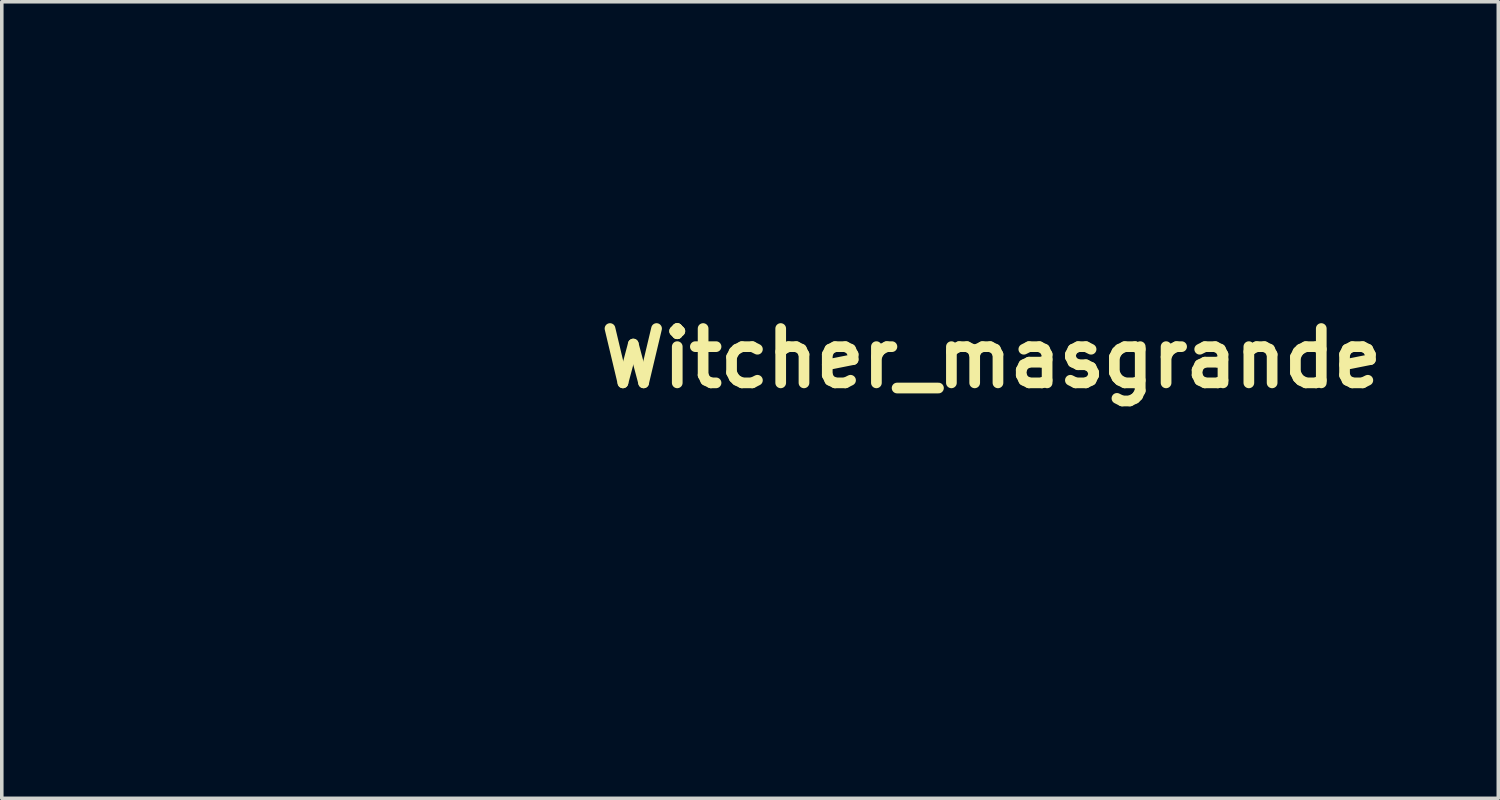
<source format=kicad_pcb>
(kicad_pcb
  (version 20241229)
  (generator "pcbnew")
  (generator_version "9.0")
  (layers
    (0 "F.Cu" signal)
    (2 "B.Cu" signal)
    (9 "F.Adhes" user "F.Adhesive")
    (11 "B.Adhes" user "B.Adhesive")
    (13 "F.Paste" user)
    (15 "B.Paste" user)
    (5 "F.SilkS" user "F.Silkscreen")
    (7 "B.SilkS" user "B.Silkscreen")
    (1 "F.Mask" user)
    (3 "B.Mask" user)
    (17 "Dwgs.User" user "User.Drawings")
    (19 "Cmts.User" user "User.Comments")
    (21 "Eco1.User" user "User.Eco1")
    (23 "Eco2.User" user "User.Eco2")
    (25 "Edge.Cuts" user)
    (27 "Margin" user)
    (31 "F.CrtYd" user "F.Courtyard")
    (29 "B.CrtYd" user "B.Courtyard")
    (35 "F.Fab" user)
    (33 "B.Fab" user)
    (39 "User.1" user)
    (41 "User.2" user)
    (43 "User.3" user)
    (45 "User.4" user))
  (footprint "Witcher_masgrande"
    (layer "F.Cu")
    (at 9.53 8.273)
    (property "Reference" "Witcher_masgrande" (at 15.24 -1.27 0) (layer "F.SilkS") (effects (font (size 1.524 1.524) (thickness 0.3))))
    (attr through_hole)
    (fp_poly (pts (xy -1.451 -2.588) (xy -1.416 -2.566) (xy -1.392 -2.548) (xy -1.384 -2.54) (xy -1.395 -2.53) (xy -1.422 -2.511) (xy -1.462 -2.486) (xy -1.509 -2.458) (xy -1.559 -2.429) (xy -1.605 -2.404) (xy -1.623 -2.395) (xy -1.673 -2.37) (xy -1.709 -2.354) (xy -1.736 -2.349) (xy -1.76 -2.357) (xy -1.787 -2.378) (xy -1.821 -2.415) (xy -1.861 -2.461) (xy -1.97 -2.584) (xy -1.928 -2.588) (xy -1.9 -2.591) (xy -1.853 -2.595) (xy -1.793 -2.601) (xy -1.724 -2.608) (xy -1.702 -2.61) (xy -1.518 -2.629) (xy -1.451 -2.588)) (stroke (width 0.01) (type solid)) (fill no) (layer "Eco1.User"))
    (fp_poly (pts (xy 1.708 -2.616) (xy 1.779 -2.608) (xy 1.858 -2.601) (xy 1.929 -2.594) (xy 1.934 -2.594) (xy 2.046 -2.584) (xy 1.937 -2.461) (xy 1.895 -2.414) (xy 1.86 -2.376) (xy 1.833 -2.349) (xy 1.82 -2.338) (xy 1.819 -2.337) (xy 1.804 -2.343) (xy 1.773 -2.357) (xy 1.734 -2.377) (xy 1.677 -2.406) (xy 1.619 -2.438) (xy 1.565 -2.469) (xy 1.518 -2.498) (xy 1.482 -2.521) (xy 1.463 -2.535) (xy 1.46 -2.539) (xy 1.471 -2.549) (xy 1.497 -2.568) (xy 1.527 -2.588) (xy 1.594 -2.628) (xy 1.708 -2.616)) (stroke (width 0.01) (type solid)) (fill no) (layer "Eco1.User"))
    (fp_poly (pts (xy -0.189 1.151) (xy -0.12 1.168) (xy -0.078 1.186) (xy -0.041 1.206) (xy -0.021 1.221) (xy -0.015 1.237) (xy -0.018 1.261) (xy -0.019 1.268) (xy -0.027 1.295) (xy -0.044 1.341) (xy -0.067 1.399) (xy -0.095 1.464) (xy -0.111 1.499) (xy -0.142 1.569) (xy -0.172 1.639) (xy -0.198 1.702) (xy -0.217 1.751) (xy -0.223 1.765) (xy -0.251 1.848) (xy -0.284 1.778) (xy -0.314 1.703) (xy -0.341 1.618) (xy -0.363 1.53) (xy -0.379 1.443) (xy -0.388 1.362) (xy -0.389 1.294) (xy -0.382 1.243) (xy -0.381 1.239) (xy -0.355 1.196) (xy -0.311 1.166) (xy -0.254 1.151) (xy -0.189 1.151)) (stroke (width 0.01) (type solid)) (fill no) (layer "Eco1.User"))
    (fp_poly (pts (xy 2.386 -6.885) (xy 2.396 -6.871) (xy 2.394 -6.847) (xy 2.387 -6.829) (xy 2.37 -6.79) (xy 2.344 -6.734) (xy 2.311 -6.662) (xy 2.272 -6.578) (xy 2.227 -6.485) (xy 2.179 -6.383) (xy 2.156 -6.334) (xy 1.926 -5.855) (xy 1.205 -5.855) (xy 1.278 -5.959) (xy 1.331 -6.035) (xy 1.392 -6.118) (xy 1.456 -6.205) (xy 1.521 -6.291) (xy 1.584 -6.374) (xy 1.643 -6.449) (xy 1.694 -6.513) (xy 1.734 -6.562) (xy 1.751 -6.581) (xy 1.828 -6.656) (xy 1.912 -6.719) (xy 2.006 -6.772) (xy 2.116 -6.819) (xy 2.247 -6.862) (xy 2.251 -6.863) (xy 2.316 -6.88) (xy 2.36 -6.887) (xy 2.386 -6.885)) (stroke (width 0.01) (type solid)) (fill no) (layer "Eco1.User"))
    (fp_poly (pts (xy 0.359 1.156) (xy 0.409 1.175) (xy 0.442 1.209) (xy 0.46 1.259) (xy 0.465 1.329) (xy 0.458 1.412) (xy 0.445 1.492) (xy 0.426 1.578) (xy 0.403 1.662) (xy 0.379 1.735) (xy 0.355 1.792) (xy 0.339 1.822) (xy 0.329 1.839) (xy 0.327 1.841) (xy 0.321 1.83) (xy 0.31 1.801) (xy 0.296 1.761) (xy 0.294 1.756) (xy 0.278 1.714) (xy 0.254 1.655) (xy 0.225 1.586) (xy 0.193 1.515) (xy 0.182 1.491) (xy 0.153 1.425) (xy 0.128 1.363) (xy 0.108 1.312) (xy 0.096 1.276) (xy 0.093 1.266) (xy 0.09 1.24) (xy 0.095 1.223) (xy 0.113 1.208) (xy 0.149 1.189) (xy 0.154 1.186) (xy 0.215 1.161) (xy 0.276 1.151) (xy 0.292 1.151) (xy 0.359 1.156)) (stroke (width 0.01) (type solid)) (fill no) (layer "Eco1.User"))
    (fp_poly (pts (xy 2.952 -3.557) (xy 2.961 -3.554) (xy 2.968 -3.549) (xy 3 -3.528) (xy 2.949 -3.475) (xy 2.908 -3.424) (xy 2.889 -3.374) (xy 2.889 -3.372) (xy 2.859 -3.245) (xy 2.814 -3.14) (xy 2.755 -3.055) (xy 2.68 -2.991) (xy 2.591 -2.947) (xy 2.487 -2.924) (xy 2.368 -2.921) (xy 2.337 -2.923) (xy 2.277 -2.932) (xy 2.207 -2.946) (xy 2.141 -2.964) (xy 2.135 -2.966) (xy 2.059 -2.986) (xy 1.998 -2.993) (xy 1.944 -2.987) (xy 1.916 -2.978) (xy 1.894 -2.981) (xy 1.868 -2.996) (xy 1.838 -3.019) (xy 2.387 -3.295) (xy 2.512 -3.358) (xy 2.617 -3.41) (xy 2.704 -3.453) (xy 2.773 -3.488) (xy 2.828 -3.514) (xy 2.87 -3.533) (xy 2.902 -3.546) (xy 2.925 -3.554) (xy 2.941 -3.557) (xy 2.952 -3.557)) (stroke (width 0.01) (type solid)) (fill no) (layer "Eco1.User"))
    (fp_poly (pts (xy -0.711 0.898) (xy -0.658 0.925) (xy -0.601 0.967) (xy -0.543 1.022) (xy -0.489 1.087) (xy -0.44 1.161) (xy -0.439 1.163) (xy -0.416 1.202) (xy -0.494 1.335) (xy -0.529 1.398) (xy -0.569 1.475) (xy -0.61 1.558) (xy -0.647 1.637) (xy -0.653 1.65) (xy -0.681 1.712) (xy -0.706 1.766) (xy -0.726 1.808) (xy -0.738 1.832) (xy -0.741 1.837) (xy -0.748 1.831) (xy -0.757 1.806) (xy -0.76 1.795) (xy -0.772 1.748) (xy -0.785 1.699) (xy -0.786 1.695) (xy -0.802 1.618) (xy -0.816 1.523) (xy -0.828 1.421) (xy -0.835 1.319) (xy -0.838 1.226) (xy -0.838 1.225) (xy -0.836 1.142) (xy -0.831 1.064) (xy -0.824 0.997) (xy -0.814 0.944) (xy -0.803 0.909) (xy -0.795 0.899) (xy -0.758 0.889) (xy -0.711 0.898)) (stroke (width 0.01) (type solid)) (fill no) (layer "Eco1.User"))
    (fp_poly (pts (xy 0.873 0.904) (xy 0.889 0.937) (xy 0.9 0.991) (xy 0.908 1.063) (xy 0.912 1.148) (xy 0.912 1.242) (xy 0.908 1.342) (xy 0.9 1.443) (xy 0.888 1.542) (xy 0.873 1.635) (xy 0.87 1.65) (xy 0.854 1.727) (xy 0.841 1.782) (xy 0.83 1.815) (xy 0.82 1.829) (xy 0.81 1.826) (xy 0.798 1.806) (xy 0.782 1.774) (xy 0.782 1.773) (xy 0.765 1.734) (xy 0.753 1.705) (xy 0.749 1.694) (xy 0.744 1.679) (xy 0.729 1.646) (xy 0.706 1.6) (xy 0.678 1.545) (xy 0.648 1.485) (xy 0.616 1.425) (xy 0.587 1.368) (xy 0.561 1.321) (xy 0.542 1.287) (xy 0.539 1.281) (xy 0.491 1.203) (xy 0.514 1.162) (xy 0.546 1.111) (xy 0.589 1.055) (xy 0.638 1.001) (xy 0.684 0.956) (xy 0.711 0.935) (xy 0.761 0.908) (xy 0.809 0.894) (xy 0.848 0.892) (xy 0.873 0.904)) (stroke (width 0.01) (type solid)) (fill no) (layer "Eco1.User"))
    (fp_poly (pts (xy -4.048 -7.801) (xy -4.017 -7.785) (xy -3.968 -7.76) (xy -3.906 -7.725) (xy -3.833 -7.684) (xy -3.751 -7.637) (xy -3.663 -7.586) (xy -3.573 -7.533) (xy -3.481 -7.478) (xy -3.391 -7.424) (xy -3.307 -7.373) (xy -3.248 -7.336) (xy -3.111 -7.248) (xy -2.978 -7.157) (xy -2.852 -7.067) (xy -2.739 -6.98) (xy -2.64 -6.899) (xy -2.56 -6.826) (xy -2.557 -6.823) (xy -2.518 -6.783) (xy -2.478 -6.736) (xy -2.434 -6.681) (xy -2.386 -6.616) (xy -2.333 -6.539) (xy -2.272 -6.448) (xy -2.204 -6.342) (xy -2.127 -6.219) (xy -2.039 -6.078) (xy -1.941 -5.917) (xy -1.932 -5.902) (xy -1.903 -5.855) (xy -2.753 -5.855) (xy -3.031 -6.261) (xy -3.127 -6.403) (xy -3.228 -6.551) (xy -3.331 -6.701) (xy -3.434 -6.852) (xy -3.535 -6.999) (xy -3.631 -7.14) (xy -3.721 -7.271) (xy -3.803 -7.39) (xy -3.874 -7.494) (xy -3.924 -7.566) (xy -3.976 -7.644) (xy -4.016 -7.704) (xy -4.042 -7.747) (xy -4.058 -7.777) (xy -4.064 -7.796) (xy -4.061 -7.805) (xy -4.048 -7.801)) (stroke (width 0.01) (type solid)) (fill no) (layer "Eco1.User"))
    (fp_poly (pts (xy -2.862 -3.556) (xy -2.844 -3.552) (xy -2.819 -3.543) (xy -2.784 -3.528) (xy -2.737 -3.507) (xy -2.677 -3.477) (xy -2.6 -3.439) (xy -2.505 -3.392) (xy -2.39 -3.335) (xy -2.379 -3.329) (xy -2.274 -3.276) (xy -2.174 -3.226) (xy -2.081 -3.179) (xy -1.998 -3.137) (xy -1.929 -3.101) (xy -1.875 -3.074) (xy -1.84 -3.056) (xy -1.831 -3.051) (xy -1.764 -3.014) (xy -1.795 -2.994) (xy -1.818 -2.982) (xy -1.843 -2.98) (xy -1.881 -2.988) (xy -1.885 -2.989) (xy -1.917 -2.996) (xy -1.945 -2.997) (xy -1.976 -2.992) (xy -2.019 -2.979) (xy -2.052 -2.969) (xy -2.153 -2.941) (xy -2.258 -2.924) (xy -2.358 -2.919) (xy -2.423 -2.923) (xy -2.505 -2.943) (xy -2.586 -2.98) (xy -2.654 -3.03) (xy -2.674 -3.05) (xy -2.723 -3.119) (xy -2.766 -3.203) (xy -2.797 -3.294) (xy -2.807 -3.34) (xy -2.818 -3.391) (xy -2.834 -3.427) (xy -2.859 -3.461) (xy -2.873 -3.475) (xy -2.924 -3.528) (xy -2.892 -3.549) (xy -2.884 -3.554) (xy -2.874 -3.557) (xy -2.862 -3.556)) (stroke (width 0.01) (type solid)) (fill no) (layer "Eco1.User"))
    (fp_poly (pts (xy -2.242 -6.88) (xy -2.188 -6.866) (xy -2.126 -6.848) (xy -2.063 -6.826) (xy -2.002 -6.803) (xy -1.975 -6.791) (xy -1.904 -6.757) (xy -1.843 -6.724) (xy -1.79 -6.688) (xy -1.74 -6.646) (xy -1.687 -6.593) (xy -1.629 -6.526) (xy -1.561 -6.443) (xy -1.56 -6.442) (xy -1.52 -6.39) (xy -1.472 -6.328) (xy -1.421 -6.26) (xy -1.368 -6.188) (xy -1.315 -6.116) (xy -1.266 -6.048) (xy -1.222 -5.986) (xy -1.186 -5.935) (xy -1.161 -5.896) (xy -1.148 -5.874) (xy -1.147 -5.873) (xy -1.148 -5.867) (xy -1.158 -5.863) (xy -1.179 -5.86) (xy -1.213 -5.858) (xy -1.264 -5.856) (xy -1.333 -5.855) (xy -1.424 -5.855) (xy -1.495 -5.855) (xy -1.85 -5.855) (xy -1.956 -6.074) (xy -2.03 -6.228) (xy -2.094 -6.362) (xy -2.148 -6.475) (xy -2.194 -6.571) (xy -2.231 -6.65) (xy -2.261 -6.714) (xy -2.283 -6.766) (xy -2.3 -6.805) (xy -2.311 -6.834) (xy -2.317 -6.855) (xy -2.319 -6.869) (xy -2.318 -6.878) (xy -2.314 -6.884) (xy -2.308 -6.887) (xy -2.306 -6.888) (xy -2.283 -6.888) (xy -2.242 -6.88)) (stroke (width 0.01) (type solid)) (fill no) (layer "Eco1.User"))
    (fp_poly (pts (xy -1.857 -4.773) (xy -1.82 -4.746) (xy -1.772 -4.707) (xy -1.714 -4.66) (xy -1.65 -4.607) (xy -1.584 -4.55) (xy -1.519 -4.493) (xy -1.458 -4.438) (xy -1.405 -4.389) (xy -1.371 -4.356) (xy -1.283 -4.266) (xy -1.213 -4.187) (xy -1.155 -4.112) (xy -1.11 -4.037) (xy -1.072 -3.957) (xy -1.041 -3.866) (xy -1.013 -3.761) (xy -0.985 -3.635) (xy -0.985 -3.632) (xy -0.972 -3.569) (xy -0.96 -3.513) (xy -0.951 -3.47) (xy -0.946 -3.446) (xy -0.946 -3.445) (xy -0.944 -3.423) (xy -0.949 -3.417) (xy -0.962 -3.423) (xy -0.994 -3.441) (xy -1.045 -3.469) (xy -1.111 -3.507) (xy -1.191 -3.552) (xy -1.283 -3.604) (xy -1.384 -3.662) (xy -1.493 -3.724) (xy -1.55 -3.757) (xy -1.663 -3.822) (xy -1.77 -3.883) (xy -1.869 -3.94) (xy -1.958 -3.991) (xy -2.034 -4.035) (xy -2.095 -4.071) (xy -2.14 -4.097) (xy -2.166 -4.112) (xy -2.171 -4.115) (xy -2.201 -4.135) (xy -2.044 -4.462) (xy -2.004 -4.546) (xy -1.967 -4.621) (xy -1.934 -4.686) (xy -1.907 -4.736) (xy -1.889 -4.77) (xy -1.879 -4.785) (xy -1.878 -4.785) (xy -1.857 -4.773)) (stroke (width 0.01) (type solid)) (fill no) (layer "Eco1.User"))
    (fp_poly (pts (xy -0.879 5.747) (xy -0.824 5.894) (xy -0.772 6.031) (xy -0.724 6.155) (xy -0.681 6.264) (xy -0.644 6.356) (xy -0.612 6.429) (xy -0.589 6.48) (xy -0.587 6.483) (xy -0.562 6.549) (xy -0.556 6.612) (xy -0.57 6.679) (xy -0.59 6.728) (xy -0.608 6.767) (xy -0.624 6.793) (xy -0.632 6.802) (xy -0.632 6.801) (xy -0.638 6.788) (xy -0.65 6.754) (xy -0.666 6.705) (xy -0.685 6.645) (xy -0.694 6.614) (xy -0.75 6.433) (xy -0.744 6.521) (xy -0.739 6.571) (xy -0.732 6.636) (xy -0.723 6.708) (xy -0.715 6.766) (xy -0.706 6.831) (xy -0.701 6.877) (xy -0.699 6.908) (xy -0.702 6.93) (xy -0.708 6.949) (xy -0.718 6.969) (xy -0.739 7.001) (xy -0.767 7.038) (xy -0.799 7.074) (xy -0.828 7.104) (xy -0.851 7.122) (xy -0.858 7.124) (xy -0.878 7.118) (xy -0.891 7.111) (xy -0.909 7.089) (xy -0.925 7.042) (xy -0.939 6.972) (xy -0.952 6.877) (xy -0.962 6.758) (xy -0.971 6.615) (xy -0.977 6.446) (xy -0.982 6.253) (xy -0.986 6.035) (xy -0.986 6.02) (xy -0.991 5.442) (xy -0.879 5.747)) (stroke (width 0.01) (type solid)) (fill no) (layer "Eco1.User"))
    (fp_poly (pts (xy 1.065 5.459) (xy 1.066 5.493) (xy 1.066 5.547) (xy 1.066 5.619) (xy 1.066 5.707) (xy 1.065 5.807) (xy 1.064 5.918) (xy 1.063 6.007) (xy 1.059 6.229) (xy 1.054 6.426) (xy 1.047 6.598) (xy 1.038 6.746) (xy 1.027 6.869) (xy 1.014 6.967) (xy 1 7.04) (xy 0.984 7.088) (xy 0.969 7.109) (xy 0.948 7.122) (xy 0.931 7.121) (xy 0.907 7.106) (xy 0.897 7.098) (xy 0.872 7.074) (xy 0.841 7.036) (xy 0.814 7) (xy 0.766 6.928) (xy 0.788 6.782) (xy 0.798 6.711) (xy 0.807 6.636) (xy 0.815 6.569) (xy 0.818 6.534) (xy 0.825 6.433) (xy 0.799 6.515) (xy 0.782 6.568) (xy 0.762 6.633) (xy 0.743 6.697) (xy 0.74 6.706) (xy 0.707 6.814) (xy 0.668 6.731) (xy 0.643 6.671) (xy 0.632 6.619) (xy 0.634 6.567) (xy 0.651 6.51) (xy 0.682 6.439) (xy 0.682 6.439) (xy 0.711 6.374) (xy 0.747 6.288) (xy 0.789 6.184) (xy 0.836 6.063) (xy 0.886 5.929) (xy 0.939 5.785) (xy 0.978 5.677) (xy 1.004 5.606) (xy 1.026 5.544) (xy 1.045 5.495) (xy 1.058 5.462) (xy 1.064 5.448) (xy 1.065 5.459)) (stroke (width 0.01) (type solid)) (fill no) (layer "Eco1.User"))
    (fp_poly (pts (xy -7.245 -6.533) (xy -7.218 -6.512) (xy -7.181 -6.481) (xy -7.152 -6.456) (xy -7.055 -6.371) (xy -6.959 -6.135) (xy -6.816 -5.799) (xy -6.666 -5.476) (xy -6.508 -5.166) (xy -6.344 -4.871) (xy -6.174 -4.592) (xy -6 -4.331) (xy -5.822 -4.089) (xy -5.642 -3.866) (xy -5.46 -3.666) (xy -5.277 -3.488) (xy -5.1 -3.339) (xy -5.042 -3.292) (xy -5.004 -3.257) (xy -4.984 -3.23) (xy -4.982 -3.209) (xy -4.995 -3.193) (xy -5.006 -3.187) (xy -5.024 -3.179) (xy -5.059 -3.165) (xy -5.104 -3.149) (xy -5.152 -3.132) (xy -5.196 -3.116) (xy -5.231 -3.105) (xy -5.25 -3.099) (xy -5.252 -3.099) (xy -5.262 -3.106) (xy -5.287 -3.127) (xy -5.325 -3.158) (xy -5.371 -3.196) (xy -5.379 -3.203) (xy -5.584 -3.387) (xy -5.783 -3.595) (xy -5.976 -3.828) (xy -6.162 -4.084) (xy -6.341 -4.363) (xy -6.514 -4.665) (xy -6.679 -4.99) (xy -6.837 -5.337) (xy -6.946 -5.601) (xy -6.979 -5.684) (xy -7.013 -5.776) (xy -7.048 -5.874) (xy -7.084 -5.974) (xy -7.118 -6.074) (xy -7.151 -6.172) (xy -7.181 -6.263) (xy -7.208 -6.347) (xy -7.229 -6.419) (xy -7.246 -6.476) (xy -7.255 -6.517) (xy -7.258 -6.538) (xy -7.256 -6.54) (xy -7.245 -6.533)) (stroke (width 0.01) (type solid)) (fill no) (layer "Eco1.User"))
    (fp_poly (pts (xy 1.962 -4.775) (xy 1.979 -4.746) (xy 2.003 -4.7) (xy 2.033 -4.642) (xy 2.066 -4.574) (xy 2.101 -4.501) (xy 2.137 -4.426) (xy 2.171 -4.352) (xy 2.202 -4.283) (xy 2.229 -4.223) (xy 2.249 -4.174) (xy 2.262 -4.141) (xy 2.265 -4.127) (xy 2.265 -4.127) (xy 2.252 -4.119) (xy 2.22 -4.1) (xy 2.17 -4.071) (xy 2.106 -4.034) (xy 2.03 -3.989) (xy 1.944 -3.94) (xy 1.85 -3.886) (xy 1.752 -3.83) (xy 1.651 -3.772) (xy 1.549 -3.714) (xy 1.45 -3.657) (xy 1.356 -3.603) (xy 1.269 -3.554) (xy 1.191 -3.51) (xy 1.125 -3.473) (xy 1.073 -3.444) (xy 1.038 -3.425) (xy 1.023 -3.416) (xy 1.022 -3.416) (xy 1.019 -3.427) (xy 1.021 -3.445) (xy 1.026 -3.468) (xy 1.035 -3.51) (xy 1.046 -3.565) (xy 1.059 -3.629) (xy 1.061 -3.639) (xy 1.089 -3.766) (xy 1.118 -3.873) (xy 1.151 -3.965) (xy 1.191 -4.047) (xy 1.239 -4.124) (xy 1.3 -4.201) (xy 1.376 -4.285) (xy 1.446 -4.356) (xy 1.493 -4.401) (xy 1.549 -4.452) (xy 1.611 -4.508) (xy 1.677 -4.565) (xy 1.742 -4.621) (xy 1.805 -4.673) (xy 1.86 -4.718) (xy 1.906 -4.754) (xy 1.939 -4.777) (xy 1.954 -4.785) (xy 1.962 -4.775)) (stroke (width 0.01) (type solid)) (fill no) (layer "Eco1.User"))
    (fp_poly (pts (xy 4.137 -7.805) (xy 4.137 -7.79) (xy 4.127 -7.763) (xy 4.127 -7.761) (xy 4.117 -7.745) (xy 4.094 -7.71) (xy 4.058 -7.657) (xy 4.012 -7.588) (xy 3.955 -7.504) (xy 3.889 -7.407) (xy 3.816 -7.299) (xy 3.735 -7.18) (xy 3.648 -7.053) (xy 3.557 -6.919) (xy 3.468 -6.79) (xy 2.828 -5.855) (xy 2.404 -5.855) (xy 2.303 -5.855) (xy 2.211 -5.856) (xy 2.131 -5.857) (xy 2.066 -5.859) (xy 2.018 -5.86) (xy 1.991 -5.863) (xy 1.985 -5.864) (xy 1.993 -5.877) (xy 2.012 -5.909) (xy 2.041 -5.956) (xy 2.076 -6.014) (xy 2.117 -6.081) (xy 2.134 -6.109) (xy 2.223 -6.254) (xy 2.302 -6.38) (xy 2.372 -6.487) (xy 2.433 -6.577) (xy 2.488 -6.654) (xy 2.538 -6.718) (xy 2.584 -6.772) (xy 2.626 -6.816) (xy 2.685 -6.871) (xy 2.761 -6.936) (xy 2.849 -7.007) (xy 2.944 -7.08) (xy 3.042 -7.151) (xy 3.137 -7.218) (xy 3.162 -7.235) (xy 3.22 -7.273) (xy 3.29 -7.317) (xy 3.37 -7.366) (xy 3.456 -7.419) (xy 3.547 -7.473) (xy 3.64 -7.529) (xy 3.732 -7.583) (xy 3.821 -7.634) (xy 3.904 -7.682) (xy 3.978 -7.724) (xy 4.041 -7.759) (xy 4.09 -7.785) (xy 4.123 -7.801) (xy 4.137 -7.805) (xy 4.137 -7.805)) (stroke (width 0.01) (type solid)) (fill no) (layer "Eco1.User"))
    (fp_poly (pts (xy -6.477 -4.016) (xy -6.457 -4.005) (xy -6.431 -3.982) (xy -6.395 -3.944) (xy -6.358 -3.9) (xy -6.253 -3.774) (xy -6.15 -3.64) (xy -6.056 -3.507) (xy -5.987 -3.401) (xy -5.956 -3.35) (xy -5.922 -3.291) (xy -5.887 -3.23) (xy -5.854 -3.169) (xy -5.825 -3.114) (xy -5.801 -3.067) (xy -5.785 -3.034) (xy -5.78 -3.018) (xy -5.78 -3.017) (xy -5.793 -3.02) (xy -5.823 -3.032) (xy -5.863 -3.05) (xy -5.867 -3.052) (xy -6.02 -3.117) (xy -6.197 -3.185) (xy -6.397 -3.255) (xy -6.621 -3.327) (xy -6.866 -3.4) (xy -7.133 -3.475) (xy -7.419 -3.551) (xy -7.664 -3.613) (xy -7.768 -3.638) (xy -7.865 -3.662) (xy -7.953 -3.683) (xy -8.029 -3.702) (xy -8.089 -3.716) (xy -8.13 -3.725) (xy -8.147 -3.729) (xy -8.177 -3.735) (xy -8.184 -3.741) (xy -8.172 -3.748) (xy -8.156 -3.752) (xy -8.116 -3.759) (xy -8.056 -3.77) (xy -7.977 -3.783) (xy -7.881 -3.799) (xy -7.772 -3.816) (xy -7.65 -3.836) (xy -7.519 -3.857) (xy -7.38 -3.879) (xy -7.334 -3.886) (xy -7.193 -3.908) (xy -7.059 -3.929) (xy -6.933 -3.949) (xy -6.819 -3.967) (xy -6.719 -3.982) (xy -6.634 -3.996) (xy -6.567 -4.006) (xy -6.52 -4.014) (xy -6.495 -4.017) (xy -6.492 -4.018) (xy -6.477 -4.016)) (stroke (width 0.01) (type solid)) (fill no) (layer "Eco1.User"))
    (fp_poly (pts (xy 6.568 -4.018) (xy 6.586 -4.015) (xy 6.626 -4.009) (xy 6.687 -3.999) (xy 6.766 -3.987) (xy 6.862 -3.972) (xy 6.972 -3.955) (xy 7.094 -3.935) (xy 7.226 -3.915) (xy 7.366 -3.893) (xy 7.41 -3.886) (xy 7.552 -3.864) (xy 7.686 -3.842) (xy 7.811 -3.822) (xy 7.924 -3.804) (xy 8.024 -3.788) (xy 8.109 -3.773) (xy 8.175 -3.762) (xy 8.222 -3.754) (xy 8.246 -3.749) (xy 8.248 -3.748) (xy 8.261 -3.741) (xy 8.253 -3.735) (xy 8.223 -3.729) (xy 8.192 -3.722) (xy 8.139 -3.71) (xy 8.069 -3.694) (xy 7.984 -3.673) (xy 7.889 -3.65) (xy 7.787 -3.625) (xy 7.681 -3.598) (xy 7.575 -3.572) (xy 7.472 -3.546) (xy 7.376 -3.521) (xy 7.291 -3.499) (xy 7.219 -3.48) (xy 7.193 -3.473) (xy 6.967 -3.409) (xy 6.751 -3.344) (xy 6.548 -3.279) (xy 6.36 -3.216) (xy 6.19 -3.153) (xy 6.042 -3.094) (xy 5.985 -3.07) (xy 5.933 -3.047) (xy 5.891 -3.03) (xy 5.863 -3.02) (xy 5.855 -3.019) (xy 5.86 -3.032) (xy 5.875 -3.063) (xy 5.897 -3.106) (xy 5.92 -3.152) (xy 6.007 -3.308) (xy 6.11 -3.473) (xy 6.224 -3.638) (xy 6.346 -3.797) (xy 6.446 -3.917) (xy 6.49 -3.965) (xy 6.521 -3.996) (xy 6.544 -4.013) (xy 6.562 -4.018) (xy 6.568 -4.018)) (stroke (width 0.01) (type solid)) (fill no) (layer "Eco1.User"))
    (fp_poly (pts (xy -0.619 4.551) (xy -0.572 4.6) (xy -0.525 4.647) (xy -0.484 4.686) (xy -0.46 4.706) (xy -0.403 4.75) (xy 0.48 4.75) (xy 0.544 4.7) (xy 0.58 4.668) (xy 0.625 4.623) (xy 0.672 4.574) (xy 0.694 4.549) (xy 0.731 4.507) (xy 0.762 4.473) (xy 0.783 4.452) (xy 0.79 4.446) (xy 0.802 4.457) (xy 0.811 4.49) (xy 0.817 4.544) (xy 0.819 4.616) (xy 0.819 4.629) (xy 0.818 4.689) (xy 0.814 4.732) (xy 0.804 4.768) (xy 0.788 4.806) (xy 0.784 4.815) (xy 0.73 4.898) (xy 0.657 4.967) (xy 0.596 5.004) (xy 0.541 5.027) (xy 0.477 5.048) (xy 0.41 5.064) (xy 0.35 5.073) (xy 0.304 5.073) (xy 0.3 5.073) (xy 0.248 5.053) (xy 0.196 5.014) (xy 0.153 4.962) (xy 0.133 4.925) (xy 0.107 4.873) (xy 0.082 4.842) (xy 0.055 4.828) (xy 0.038 4.826) (xy 0.015 4.828) (xy -0.003 4.837) (xy -0.021 4.858) (xy -0.043 4.895) (xy -0.06 4.927) (xy -0.108 4.998) (xy -0.166 5.047) (xy -0.232 5.072) (xy -0.306 5.074) (xy -0.318 5.072) (xy -0.428 5.042) (xy -0.527 4.998) (xy -0.61 4.942) (xy -0.674 4.874) (xy -0.712 4.81) (xy -0.732 4.744) (xy -0.745 4.665) (xy -0.748 4.585) (xy -0.741 4.513) (xy -0.737 4.496) (xy -0.721 4.439) (xy -0.619 4.551)) (stroke (width 0.01) (type solid)) (fill no) (layer "Eco1.User"))
    (fp_poly (pts (xy 1.509 0.492) (xy 1.527 0.568) (xy 1.54 0.661) (xy 1.549 0.773) (xy 1.554 0.906) (xy 1.554 0.997) (xy 1.547 1.246) (xy 1.526 1.506) (xy 1.493 1.767) (xy 1.455 1.981) (xy 1.447 2.024) (xy 1.44 2.045) (xy 1.434 2.048) (xy 1.427 2.035) (xy 1.426 2.032) (xy 1.417 2.01) (xy 1.4 1.969) (xy 1.378 1.913) (xy 1.352 1.849) (xy 1.335 1.806) (xy 1.294 1.706) (xy 1.248 1.596) (xy 1.199 1.483) (xy 1.148 1.369) (xy 1.099 1.26) (xy 1.053 1.16) (xy 1.013 1.075) (xy 0.979 1.009) (xy 0.979 1.009) (xy 0.918 0.893) (xy 0.973 0.809) (xy 1 0.769) (xy 1.023 0.739) (xy 1.037 0.725) (xy 1.039 0.724) (xy 1.048 0.735) (xy 1.064 0.764) (xy 1.086 0.807) (xy 1.11 0.858) (xy 1.135 0.913) (xy 1.159 0.967) (xy 1.178 1.015) (xy 1.181 1.021) (xy 1.192 1.045) (xy 1.2 1.052) (xy 1.2 1.052) (xy 1.199 1.038) (xy 1.192 1.006) (xy 1.182 0.959) (xy 1.168 0.903) (xy 1.153 0.844) (xy 1.137 0.787) (xy 1.123 0.736) (xy 1.111 0.697) (xy 1.106 0.683) (xy 1.101 0.663) (xy 1.105 0.646) (xy 1.122 0.625) (xy 1.154 0.595) (xy 1.157 0.591) (xy 1.223 0.541) (xy 1.298 0.498) (xy 1.373 0.466) (xy 1.436 0.45) (xy 1.494 0.442) (xy 1.509 0.492)) (stroke (width 0.01) (type solid)) (fill no) (layer "Eco1.User"))
    (fp_poly (pts (xy 6.756 -5.836) (xy 6.762 -5.818) (xy 6.758 -5.786) (xy 6.744 -5.74) (xy 6.718 -5.678) (xy 6.68 -5.599) (xy 6.63 -5.501) (xy 6.567 -5.384) (xy 6.511 -5.283) (xy 6.349 -5.001) (xy 6.184 -4.733) (xy 6.017 -4.482) (xy 5.849 -4.248) (xy 5.682 -4.033) (xy 5.516 -3.838) (xy 5.352 -3.664) (xy 5.192 -3.512) (xy 5.035 -3.384) (xy 5.025 -3.376) (xy 4.975 -3.34) (xy 4.941 -3.317) (xy 4.917 -3.307) (xy 4.897 -3.306) (xy 4.878 -3.313) (xy 4.868 -3.318) (xy 4.824 -3.357) (xy 4.785 -3.419) (xy 4.751 -3.504) (xy 4.723 -3.61) (xy 4.7 -3.737) (xy 4.684 -3.883) (xy 4.679 -3.962) (xy 4.676 -4.003) (xy 4.673 -4.037) (xy 4.672 -4.068) (xy 4.673 -4.097) (xy 4.677 -4.124) (xy 4.687 -4.151) (xy 4.702 -4.18) (xy 4.725 -4.211) (xy 4.756 -4.246) (xy 4.797 -4.286) (xy 4.849 -4.333) (xy 4.912 -4.387) (xy 4.989 -4.451) (xy 5.081 -4.525) (xy 5.188 -4.611) (xy 5.311 -4.71) (xy 5.453 -4.823) (xy 5.51 -4.869) (xy 5.64 -4.973) (xy 5.768 -5.075) (xy 5.893 -5.176) (xy 6.013 -5.272) (xy 6.126 -5.362) (xy 6.23 -5.445) (xy 6.322 -5.519) (xy 6.4 -5.582) (xy 6.463 -5.632) (xy 6.508 -5.669) (xy 6.508 -5.669) (xy 6.572 -5.72) (xy 6.63 -5.765) (xy 6.678 -5.801) (xy 6.715 -5.827) (xy 6.736 -5.841) (xy 6.74 -5.842) (xy 6.756 -5.836)) (stroke (width 0.01) (type solid)) (fill no) (layer "Eco1.User"))
    (fp_poly (pts (xy 7.334 -6.529) (xy 7.327 -6.497) (xy 7.313 -6.446) (xy 7.293 -6.38) (xy 7.269 -6.302) (xy 7.24 -6.215) (xy 7.209 -6.121) (xy 7.176 -6.023) (xy 7.142 -5.925) (xy 7.108 -5.829) (xy 7.075 -5.738) (xy 7.044 -5.655) (xy 7.032 -5.625) (xy 6.897 -5.299) (xy 6.754 -4.988) (xy 6.603 -4.692) (xy 6.445 -4.413) (xy 6.282 -4.152) (xy 6.114 -3.911) (xy 5.942 -3.691) (xy 5.766 -3.494) (xy 5.589 -3.32) (xy 5.569 -3.303) (xy 5.509 -3.25) (xy 5.452 -3.202) (xy 5.401 -3.16) (xy 5.36 -3.127) (xy 5.331 -3.106) (xy 5.319 -3.099) (xy 5.306 -3.104) (xy 5.275 -3.115) (xy 5.23 -3.131) (xy 5.199 -3.142) (xy 5.148 -3.161) (xy 5.105 -3.178) (xy 5.076 -3.189) (xy 5.069 -3.193) (xy 5.054 -3.212) (xy 5.062 -3.238) (xy 5.092 -3.272) (xy 5.142 -3.313) (xy 5.319 -3.457) (xy 5.497 -3.625) (xy 5.675 -3.816) (xy 5.852 -4.028) (xy 6.027 -4.261) (xy 6.198 -4.512) (xy 6.367 -4.782) (xy 6.53 -5.068) (xy 6.688 -5.369) (xy 6.84 -5.685) (xy 6.97 -5.978) (xy 7.001 -6.051) (xy 7.032 -6.127) (xy 7.061 -6.198) (xy 7.083 -6.254) (xy 7.086 -6.262) (xy 7.106 -6.313) (xy 7.124 -6.35) (xy 7.145 -6.38) (xy 7.175 -6.41) (xy 7.219 -6.448) (xy 7.228 -6.456) (xy 7.27 -6.491) (xy 7.304 -6.519) (xy 7.327 -6.536) (xy 7.333 -6.54) (xy 7.334 -6.529)) (stroke (width 0.01) (type solid)) (fill no) (layer "Eco1.User"))
    (fp_poly (pts (xy -6.647 -5.834) (xy -6.616 -5.813) (xy -6.573 -5.781) (xy -6.523 -5.742) (xy -6.501 -5.724) (xy -6.469 -5.698) (xy -6.418 -5.657) (xy -6.352 -5.604) (xy -6.271 -5.539) (xy -6.177 -5.463) (xy -6.072 -5.379) (xy -5.958 -5.288) (xy -5.837 -5.191) (xy -5.71 -5.089) (xy -5.579 -4.984) (xy -5.504 -4.924) (xy -5.349 -4.8) (xy -5.212 -4.691) (xy -5.093 -4.595) (xy -4.99 -4.512) (xy -4.902 -4.44) (xy -4.827 -4.378) (xy -4.766 -4.325) (xy -4.716 -4.28) (xy -4.677 -4.241) (xy -4.647 -4.207) (xy -4.625 -4.177) (xy -4.61 -4.149) (xy -4.601 -4.123) (xy -4.596 -4.098) (xy -4.596 -4.071) (xy -4.597 -4.042) (xy -4.6 -4.01) (xy -4.603 -3.973) (xy -4.603 -3.969) (xy -4.615 -3.826) (xy -4.633 -3.696) (xy -4.655 -3.582) (xy -4.682 -3.486) (xy -4.712 -3.412) (xy -4.728 -3.385) (xy -4.757 -3.35) (xy -4.791 -3.321) (xy -4.824 -3.304) (xy -4.836 -3.302) (xy -4.851 -3.309) (xy -4.881 -3.328) (xy -4.92 -3.355) (xy -4.933 -3.364) (xy -5.09 -3.489) (xy -5.252 -3.639) (xy -5.417 -3.811) (xy -5.585 -4.005) (xy -5.753 -4.22) (xy -5.923 -4.455) (xy -6.092 -4.708) (xy -6.26 -4.978) (xy -6.426 -5.264) (xy -6.493 -5.385) (xy -6.552 -5.495) (xy -6.601 -5.591) (xy -6.64 -5.672) (xy -6.668 -5.737) (xy -6.684 -5.783) (xy -6.688 -5.81) (xy -6.688 -5.811) (xy -6.676 -5.834) (xy -6.662 -5.842) (xy -6.647 -5.834)) (stroke (width 0.01) (type solid)) (fill no) (layer "Eco1.User"))
    (fp_poly (pts (xy -3.432 -3.554) (xy -3.382 -3.485) (xy -3.343 -3.431) (xy -3.313 -3.385) (xy -3.289 -3.341) (xy -3.268 -3.292) (xy -3.245 -3.234) (xy -3.218 -3.16) (xy -3.214 -3.147) (xy -3.191 -3.085) (xy -3.166 -3.026) (xy -3.144 -2.978) (xy -3.132 -2.954) (xy -3.083 -2.89) (xy -3.015 -2.825) (xy -2.932 -2.765) (xy -2.84 -2.712) (xy -2.745 -2.671) (xy -2.717 -2.661) (xy -2.63 -2.638) (xy -2.528 -2.618) (xy -2.422 -2.602) (xy -2.321 -2.593) (xy -2.258 -2.591) (xy -2.211 -2.59) (xy -2.177 -2.586) (xy -2.148 -2.576) (xy -2.115 -2.557) (xy -2.075 -2.529) (xy -2.025 -2.491) (xy -1.973 -2.45) (xy -1.924 -2.408) (xy -1.882 -2.368) (xy -1.848 -2.335) (xy -1.828 -2.31) (xy -1.825 -2.298) (xy -1.844 -2.288) (xy -1.883 -2.273) (xy -1.936 -2.256) (xy -1.998 -2.238) (xy -2.062 -2.221) (xy -2.124 -2.205) (xy -2.179 -2.193) (xy -2.192 -2.191) (xy -2.264 -2.182) (xy -2.351 -2.176) (xy -2.442 -2.174) (xy -2.531 -2.175) (xy -2.609 -2.18) (xy -2.646 -2.185) (xy -2.796 -2.222) (xy -2.943 -2.28) (xy -3.082 -2.356) (xy -3.209 -2.449) (xy -3.318 -2.554) (xy -3.339 -2.578) (xy -3.426 -2.701) (xy -3.497 -2.841) (xy -3.549 -2.994) (xy -3.582 -3.154) (xy -3.582 -3.156) (xy -3.587 -3.213) (xy -3.59 -3.285) (xy -3.591 -3.367) (xy -3.59 -3.452) (xy -3.587 -3.533) (xy -3.582 -3.605) (xy -3.576 -3.662) (xy -3.572 -3.683) (xy -3.561 -3.727) (xy -3.432 -3.554)) (stroke (width 0.01) (type solid)) (fill no) (layer "Eco1.User"))
    (fp_poly (pts (xy -1.36 0.451) (xy -1.291 0.469) (xy -1.214 0.502) (xy -1.141 0.545) (xy -1.087 0.586) (xy -1.064 0.606) (xy -1.048 0.622) (xy -1.038 0.639) (xy -1.034 0.66) (xy -1.037 0.69) (xy -1.046 0.731) (xy -1.061 0.79) (xy -1.082 0.869) (xy -1.084 0.875) (xy -1.099 0.936) (xy -1.111 0.985) (xy -1.118 1.019) (xy -1.12 1.034) (xy -1.119 1.034) (xy -1.11 1.019) (xy -1.093 0.985) (xy -1.07 0.937) (xy -1.045 0.881) (xy -1.041 0.873) (xy -1.015 0.817) (xy -0.992 0.771) (xy -0.974 0.738) (xy -0.964 0.724) (xy -0.963 0.724) (xy -0.952 0.734) (xy -0.932 0.759) (xy -0.908 0.793) (xy -0.884 0.829) (xy -0.863 0.862) (xy -0.852 0.884) (xy -0.851 0.889) (xy -0.856 0.903) (xy -0.871 0.936) (xy -0.893 0.984) (xy -0.921 1.043) (xy -0.951 1.106) (xy -1.002 1.214) (xy -1.057 1.334) (xy -1.114 1.461) (xy -1.169 1.588) (xy -1.221 1.711) (xy -1.266 1.821) (xy -1.302 1.911) (xy -1.322 1.964) (xy -1.34 2.009) (xy -1.353 2.039) (xy -1.359 2.048) (xy -1.365 2.042) (xy -1.373 2.016) (xy -1.382 1.975) (xy -1.383 1.966) (xy -1.41 1.803) (xy -1.432 1.659) (xy -1.448 1.531) (xy -1.461 1.413) (xy -1.47 1.3) (xy -1.475 1.188) (xy -1.478 1.072) (xy -1.479 0.991) (xy -1.477 0.858) (xy -1.473 0.747) (xy -1.464 0.653) (xy -1.452 0.573) (xy -1.435 0.502) (xy -1.432 0.491) (xy -1.418 0.442) (xy -1.36 0.451)) (stroke (width 0.01) (type solid)) (fill no) (layer "Eco1.User"))
    (fp_poly (pts (xy 3.65 -3.67) (xy 3.653 -3.639) (xy 3.657 -3.588) (xy 3.66 -3.522) (xy 3.662 -3.446) (xy 3.663 -3.378) (xy 3.663 -3.29) (xy 3.661 -3.221) (xy 3.659 -3.166) (xy 3.654 -3.121) (xy 3.646 -3.079) (xy 3.636 -3.035) (xy 3.636 -3.033) (xy 3.583 -2.867) (xy 3.513 -2.72) (xy 3.425 -2.59) (xy 3.317 -2.476) (xy 3.189 -2.376) (xy 3.07 -2.305) (xy 2.968 -2.256) (xy 2.871 -2.22) (xy 2.771 -2.196) (xy 2.661 -2.182) (xy 2.546 -2.177) (xy 2.429 -2.176) (xy 2.334 -2.181) (xy 2.259 -2.191) (xy 2.258 -2.191) (xy 2.21 -2.201) (xy 2.152 -2.216) (xy 2.089 -2.233) (xy 2.028 -2.252) (xy 1.973 -2.269) (xy 1.93 -2.284) (xy 1.905 -2.296) (xy 1.901 -2.298) (xy 1.905 -2.311) (xy 1.925 -2.335) (xy 1.959 -2.369) (xy 2.002 -2.409) (xy 2.051 -2.451) (xy 2.102 -2.492) (xy 2.151 -2.529) (xy 2.195 -2.559) (xy 2.227 -2.577) (xy 2.256 -2.587) (xy 2.291 -2.59) (xy 2.334 -2.591) (xy 2.422 -2.595) (xy 2.522 -2.606) (xy 2.626 -2.622) (xy 2.722 -2.642) (xy 2.79 -2.66) (xy 2.89 -2.7) (xy 2.986 -2.751) (xy 3.073 -2.812) (xy 3.146 -2.878) (xy 3.201 -2.946) (xy 3.218 -2.975) (xy 3.235 -3.012) (xy 3.258 -3.067) (xy 3.283 -3.132) (xy 3.308 -3.199) (xy 3.311 -3.206) (xy 3.333 -3.267) (xy 3.353 -3.317) (xy 3.374 -3.36) (xy 3.399 -3.402) (xy 3.43 -3.449) (xy 3.473 -3.507) (xy 3.504 -3.549) (xy 3.637 -3.727) (xy 3.65 -3.67)) (stroke (width 0.01) (type solid)) (fill no) (layer "Eco1.User"))
    (fp_poly (pts (xy 0.097 -5.115) (xy 0.159 -5.11) (xy 0.229 -5.103) (xy 0.298 -5.095) (xy 0.464 -5.074) (xy 0.46 -5.016) (xy 0.458 -4.992) (xy 0.452 -4.944) (xy 0.443 -4.878) (xy 0.431 -4.796) (xy 0.418 -4.702) (xy 0.403 -4.597) (xy 0.386 -4.485) (xy 0.381 -4.451) (xy 0.354 -4.266) (xy 0.326 -4.079) (xy 0.298 -3.892) (xy 0.271 -3.706) (xy 0.244 -3.523) (xy 0.217 -3.345) (xy 0.192 -3.174) (xy 0.168 -3.012) (xy 0.146 -2.861) (xy 0.126 -2.721) (xy 0.107 -2.596) (xy 0.091 -2.487) (xy 0.078 -2.395) (xy 0.068 -2.323) (xy 0.061 -2.273) (xy 0.057 -2.245) (xy 0.057 -2.245) (xy 0.051 -2.204) (xy 0.044 -2.176) (xy 0.04 -2.166) (xy 0.036 -2.177) (xy 0.029 -2.211) (xy 0.02 -2.264) (xy 0.008 -2.334) (xy -0.005 -2.418) (xy -0.02 -2.514) (xy -0.035 -2.618) (xy -0.036 -2.627) (xy -0.053 -2.741) (xy -0.073 -2.874) (xy -0.094 -3.022) (xy -0.117 -3.179) (xy -0.141 -3.339) (xy -0.165 -3.498) (xy -0.187 -3.648) (xy -0.198 -3.721) (xy -0.218 -3.86) (xy -0.24 -4.004) (xy -0.261 -4.149) (xy -0.282 -4.291) (xy -0.302 -4.423) (xy -0.32 -4.543) (xy -0.335 -4.646) (xy -0.343 -4.704) (xy -0.357 -4.796) (xy -0.368 -4.879) (xy -0.377 -4.952) (xy -0.383 -5.009) (xy -0.386 -5.049) (xy -0.386 -5.067) (xy -0.385 -5.067) (xy -0.368 -5.073) (xy -0.331 -5.08) (xy -0.279 -5.088) (xy -0.216 -5.096) (xy -0.149 -5.103) (xy -0.082 -5.11) (xy -0.021 -5.114) (xy 0.03 -5.117) (xy 0.052 -5.117) (xy 0.097 -5.115)) (stroke (width 0.01) (type solid)) (fill no) (layer "Eco1.User"))
    (fp_poly (pts (xy -4.465 -2.446) (xy -4.313 -2.356) (xy -4.146 -2.258) (xy -3.97 -2.154) (xy -3.788 -2.047) (xy -3.607 -1.94) (xy -3.43 -1.835) (xy -3.263 -1.737) (xy -3.111 -1.647) (xy -3.042 -1.606) (xy -2.921 -1.535) (xy -2.807 -1.468) (xy -2.701 -1.405) (xy -2.605 -1.348) (xy -2.521 -1.299) (xy -2.451 -1.257) (xy -2.397 -1.225) (xy -2.361 -1.203) (xy -2.345 -1.192) (xy -2.344 -1.192) (xy -2.355 -1.191) (xy -2.391 -1.19) (xy -2.451 -1.189) (xy -2.532 -1.188) (xy -2.635 -1.188) (xy -2.759 -1.187) (xy -2.902 -1.186) (xy -3.063 -1.185) (xy -3.241 -1.185) (xy -3.436 -1.184) (xy -3.646 -1.184) (xy -3.871 -1.183) (xy -4.109 -1.183) (xy -4.359 -1.182) (xy -4.621 -1.182) (xy -4.893 -1.182) (xy -5.174 -1.182) (xy -5.464 -1.182) (xy -5.761 -1.181) (xy -5.938 -1.181) (xy -6.258 -1.182) (xy -6.569 -1.182) (xy -6.869 -1.182) (xy -7.157 -1.182) (xy -7.433 -1.183) (xy -7.697 -1.183) (xy -7.946 -1.183) (xy -8.18 -1.184) (xy -8.398 -1.185) (xy -8.6 -1.185) (xy -8.785 -1.186) (xy -8.951 -1.187) (xy -9.097 -1.187) (xy -9.224 -1.188) (xy -9.33 -1.189) (xy -9.413 -1.19) (xy -9.474 -1.191) (xy -9.512 -1.192) (xy -9.525 -1.193) (xy -9.525 -1.193) (xy -9.51 -1.2) (xy -9.473 -1.215) (xy -9.417 -1.237) (xy -9.345 -1.266) (xy -9.258 -1.3) (xy -9.159 -1.339) (xy -9.05 -1.382) (xy -8.933 -1.427) (xy -8.896 -1.442) (xy -8.708 -1.515) (xy -8.53 -1.584) (xy -8.358 -1.651) (xy -8.192 -1.716) (xy -8.027 -1.78) (xy -7.861 -1.845) (xy -7.692 -1.911) (xy -7.517 -1.979) (xy -7.333 -2.051) (xy -7.138 -2.127) (xy -6.929 -2.208) (xy -6.703 -2.296) (xy -6.458 -2.392) (xy -6.294 -2.456) (xy -5.202 -2.881) (xy -4.465 -2.446)) (stroke (width 0.01) (type solid)) (fill no) (layer "Eco1.User"))
    (fp_poly (pts (xy 0.067 6.386) (xy 0.095 6.418) (xy 0.12 6.456) (xy 0.121 6.456) (xy 0.143 6.498) (xy 0.258 6.375) (xy 0.297 6.422) (xy 0.333 6.467) (xy 0.355 6.504) (xy 0.366 6.539) (xy 0.37 6.579) (xy 0.372 6.607) (xy 0.375 6.613) (xy 0.377 6.604) (xy 0.389 6.544) (xy 0.404 6.503) (xy 0.426 6.472) (xy 0.458 6.445) (xy 0.463 6.441) (xy 0.52 6.4) (xy 0.559 6.461) (xy 0.581 6.498) (xy 0.592 6.529) (xy 0.594 6.565) (xy 0.592 6.598) (xy 0.584 6.664) (xy 0.574 6.732) (xy 0.561 6.797) (xy 0.548 6.853) (xy 0.535 6.895) (xy 0.524 6.917) (xy 0.502 6.928) (xy 0.462 6.934) (xy 0.414 6.935) (xy 0.315 6.936) (xy 0.23 6.94) (xy 0.164 6.947) (xy 0.119 6.955) (xy 0.11 6.958) (xy 0.051 6.971) (xy -0.011 6.966) (xy -0.038 6.958) (xy -0.071 6.95) (xy -0.124 6.943) (xy -0.193 6.938) (xy -0.273 6.936) (xy -0.343 6.935) (xy -0.395 6.933) (xy -0.433 6.925) (xy -0.446 6.919) (xy -0.457 6.9) (xy -0.469 6.862) (xy -0.482 6.811) (xy -0.495 6.751) (xy -0.507 6.69) (xy -0.515 6.632) (xy -0.52 6.584) (xy -0.521 6.566) (xy -0.512 6.522) (xy -0.489 6.471) (xy -0.482 6.461) (xy -0.444 6.4) (xy -0.409 6.424) (xy -0.358 6.467) (xy -0.327 6.511) (xy -0.309 6.565) (xy -0.307 6.579) (xy -0.295 6.648) (xy -0.294 6.58) (xy -0.291 6.539) (xy -0.281 6.506) (xy -0.261 6.472) (xy -0.239 6.443) (xy -0.186 6.374) (xy -0.136 6.422) (xy -0.106 6.454) (xy -0.083 6.484) (xy -0.076 6.496) (xy -0.067 6.514) (xy -0.065 6.507) (xy -0.064 6.495) (xy -0.056 6.471) (xy -0.034 6.437) (xy -0.014 6.412) (xy 0.036 6.356) (xy 0.067 6.386)) (stroke (width 0.01) (type solid)) (fill no) (layer "Eco1.User"))
    (fp_poly (pts (xy 5.989 -2.604) (xy 6.097 -2.562) (xy 6.227 -2.512) (xy 6.375 -2.454) (xy 6.538 -2.39) (xy 6.716 -2.321) (xy 6.904 -2.248) (xy 7.101 -2.171) (xy 7.303 -2.092) (xy 7.509 -2.012) (xy 7.716 -1.931) (xy 7.92 -1.851) (xy 8.121 -1.773) (xy 8.141 -1.766) (xy 8.324 -1.694) (xy 8.5 -1.625) (xy 8.669 -1.559) (xy 8.828 -1.497) (xy 8.977 -1.439) (xy 9.113 -1.386) (xy 9.236 -1.337) (xy 9.343 -1.295) (xy 9.434 -1.26) (xy 9.507 -1.231) (xy 9.56 -1.21) (xy 9.592 -1.197) (xy 9.601 -1.193) (xy 9.59 -1.192) (xy 9.555 -1.191) (xy 9.496 -1.19) (xy 9.415 -1.189) (xy 9.312 -1.188) (xy 9.188 -1.188) (xy 9.045 -1.187) (xy 8.883 -1.186) (xy 8.703 -1.185) (xy 8.506 -1.185) (xy 8.294 -1.184) (xy 8.066 -1.184) (xy 7.825 -1.183) (xy 7.57 -1.183) (xy 7.303 -1.182) (xy 7.026 -1.182) (xy 6.738 -1.182) (xy 6.44 -1.182) (xy 6.135 -1.182) (xy 6.017 -1.181) (xy 5.716 -1.181) (xy 5.422 -1.181) (xy 5.135 -1.182) (xy 4.857 -1.182) (xy 4.589 -1.182) (xy 4.332 -1.182) (xy 4.086 -1.182) (xy 3.853 -1.182) (xy 3.634 -1.183) (xy 3.429 -1.183) (xy 3.24 -1.183) (xy 3.068 -1.183) (xy 2.914 -1.184) (xy 2.778 -1.184) (xy 2.662 -1.184) (xy 2.567 -1.185) (xy 2.494 -1.185) (xy 2.444 -1.186) (xy 2.417 -1.186) (xy 2.413 -1.186) (xy 2.423 -1.195) (xy 2.45 -1.212) (xy 2.489 -1.235) (xy 2.499 -1.241) (xy 2.52 -1.254) (xy 2.563 -1.279) (xy 2.624 -1.315) (xy 2.703 -1.361) (xy 2.797 -1.417) (xy 2.907 -1.482) (xy 3.03 -1.554) (xy 3.165 -1.634) (xy 3.31 -1.719) (xy 3.464 -1.81) (xy 3.625 -1.906) (xy 3.793 -2.005) (xy 3.932 -2.086) (xy 5.279 -2.882) (xy 5.989 -2.604)) (stroke (width 0.01) (type solid)) (fill no) (layer "Eco1.User"))
    (fp_poly (pts (xy 1.593 0.309) (xy 1.608 0.309) (xy 1.609 0.309) (xy 1.603 0.319) (xy 1.585 0.342) (xy 1.571 0.359) (xy 1.551 0.381) (xy 1.533 0.396) (xy 1.509 0.405) (xy 1.475 0.411) (xy 1.423 0.417) (xy 1.41 0.418) (xy 1.355 0.423) (xy 1.283 0.429) (xy 1.2 0.435) (xy 1.114 0.441) (xy 1.06 0.444) (xy 0.984 0.449) (xy 0.914 0.454) (xy 0.856 0.459) (xy 0.813 0.463) (xy 0.794 0.465) (xy 0.773 0.466) (xy 0.73 0.468) (xy 0.668 0.469) (xy 0.589 0.471) (xy 0.497 0.472) (xy 0.395 0.473) (xy 0.287 0.474) (xy 0.174 0.475) (xy 0.06 0.476) (xy -0.051 0.477) (xy -0.158 0.477) (xy -0.256 0.477) (xy -0.343 0.477) (xy -0.415 0.477) (xy -0.47 0.476) (xy -0.504 0.475) (xy -0.508 0.475) (xy -0.54 0.473) (xy -0.593 0.469) (xy -0.663 0.465) (xy -0.745 0.46) (xy -0.834 0.454) (xy -0.895 0.45) (xy -0.991 0.444) (xy -1.085 0.438) (xy -1.173 0.431) (xy -1.25 0.426) (xy -1.309 0.421) (xy -1.333 0.419) (xy -1.39 0.413) (xy -1.428 0.407) (xy -1.453 0.398) (xy -1.472 0.385) (xy -1.492 0.364) (xy -1.495 0.36) (xy -1.519 0.333) (xy -1.532 0.314) (xy -1.533 0.31) (xy -1.52 0.309) (xy -1.484 0.309) (xy -1.427 0.309) (xy -1.351 0.31) (xy -1.258 0.31) (xy -1.151 0.311) (xy -1.031 0.312) (xy -0.901 0.313) (xy -0.764 0.315) (xy -0.746 0.315) (xy -0.574 0.317) (xy -0.382 0.318) (xy -0.178 0.319) (xy 0.033 0.319) (xy 0.243 0.319) (xy 0.448 0.318) (xy 0.64 0.317) (xy 0.814 0.315) (xy 0.822 0.315) (xy 0.961 0.314) (xy 1.092 0.312) (xy 1.213 0.311) (xy 1.321 0.31) (xy 1.416 0.309) (xy 1.494 0.309) (xy 1.554 0.309) (xy 1.593 0.309)) (stroke (width 0.01) (type solid)) (fill no) (layer "Eco1.User"))
    (fp_poly (pts (xy 2.025 1.555) (xy 2.058 1.561) (xy 2.108 1.572) (xy 2.169 1.586) (xy 2.238 1.602) (xy 2.311 1.62) (xy 2.382 1.637) (xy 2.449 1.654) (xy 2.506 1.669) (xy 2.549 1.681) (xy 2.574 1.689) (xy 2.577 1.69) (xy 2.591 1.698) (xy 2.626 1.721) (xy 2.678 1.755) (xy 2.746 1.8) (xy 2.83 1.855) (xy 2.926 1.92) (xy 3.034 1.992) (xy 3.151 2.071) (xy 3.278 2.155) (xy 3.41 2.244) (xy 3.51 2.312) (xy 4.413 2.921) (xy 4.513 3.413) (xy 4.54 3.543) (xy 4.571 3.694) (xy 4.605 3.862) (xy 4.642 4.044) (xy 4.681 4.235) (xy 4.721 4.431) (xy 4.761 4.63) (xy 4.801 4.826) (xy 4.84 5.016) (xy 4.877 5.196) (xy 4.911 5.362) (xy 4.941 5.511) (xy 4.947 5.537) (xy 4.988 5.737) (xy 5.024 5.913) (xy 5.055 6.067) (xy 5.082 6.201) (xy 5.105 6.315) (xy 5.124 6.411) (xy 5.14 6.49) (xy 5.153 6.555) (xy 5.163 6.606) (xy 5.17 6.644) (xy 5.175 6.671) (xy 5.177 6.689) (xy 5.178 6.698) (xy 5.178 6.701) (xy 5.17 6.693) (xy 5.151 6.668) (xy 5.126 6.629) (xy 5.105 6.595) (xy 5.092 6.574) (xy 5.066 6.532) (xy 5.028 6.47) (xy 4.979 6.39) (xy 4.919 6.293) (xy 4.849 6.179) (xy 4.769 6.049) (xy 4.681 5.905) (xy 4.584 5.747) (xy 4.479 5.577) (xy 4.367 5.396) (xy 4.249 5.204) (xy 4.126 5.003) (xy 3.997 4.793) (xy 3.863 4.576) (xy 3.726 4.352) (xy 3.585 4.123) (xy 3.522 4.021) (xy 3.381 3.791) (xy 3.243 3.568) (xy 3.11 3.351) (xy 2.982 3.142) (xy 2.858 2.941) (xy 2.741 2.75) (xy 2.631 2.57) (xy 2.527 2.401) (xy 2.431 2.244) (xy 2.344 2.101) (xy 2.265 1.973) (xy 2.196 1.859) (xy 2.137 1.762) (xy 2.088 1.682) (xy 2.051 1.621) (xy 2.026 1.579) (xy 2.013 1.556) (xy 2.011 1.553) (xy 2.025 1.555)) (stroke (width 0.01) (type solid)) (fill no) (layer "Eco1.User"))
    (fp_poly (pts (xy -1.941 1.564) (xy -1.96 1.596) (xy -1.991 1.646) (xy -2.033 1.715) (xy -2.085 1.801) (xy -2.148 1.903) (xy -2.219 2.02) (xy -2.299 2.15) (xy -2.386 2.293) (xy -2.48 2.447) (xy -2.581 2.611) (xy -2.687 2.784) (xy -2.799 2.965) (xy -2.914 3.153) (xy -3.033 3.347) (xy -3.154 3.545) (xy -3.278 3.746) (xy -3.402 3.949) (xy -3.528 4.153) (xy -3.654 4.358) (xy -3.778 4.561) (xy -3.901 4.761) (xy -4.023 4.958) (xy -4.141 5.15) (xy -4.255 5.337) (xy -4.366 5.516) (xy -4.471 5.687) (xy -4.571 5.849) (xy -4.664 6) (xy -4.75 6.14) (xy -4.829 6.267) (xy -4.898 6.38) (xy -4.959 6.478) (xy -5.01 6.56) (xy -5.05 6.625) (xy -5.079 6.671) (xy -5.096 6.698) (xy -5.1 6.704) (xy -5.105 6.7) (xy -5.105 6.696) (xy -5.103 6.681) (xy -5.096 6.644) (xy -5.085 6.588) (xy -5.07 6.514) (xy -5.053 6.427) (xy -5.033 6.328) (xy -5.011 6.221) (xy -5.003 6.183) (xy -4.98 6.071) (xy -4.959 5.965) (xy -4.939 5.867) (xy -4.921 5.781) (xy -4.907 5.71) (xy -4.896 5.657) (xy -4.89 5.625) (xy -4.889 5.62) (xy -4.882 5.589) (xy -4.872 5.538) (xy -4.858 5.471) (xy -4.843 5.394) (xy -4.825 5.31) (xy -4.82 5.284) (xy -4.808 5.226) (xy -4.791 5.145) (xy -4.771 5.045) (xy -4.747 4.929) (xy -4.72 4.798) (xy -4.691 4.657) (xy -4.661 4.507) (xy -4.629 4.351) (xy -4.597 4.192) (xy -4.572 4.07) (xy -4.541 3.917) (xy -4.51 3.768) (xy -4.481 3.626) (xy -4.454 3.494) (xy -4.43 3.374) (xy -4.408 3.267) (xy -4.39 3.177) (xy -4.375 3.105) (xy -4.364 3.053) (xy -4.358 3.025) (xy -4.336 2.919) (xy -3.984 2.682) (xy -3.901 2.625) (xy -3.8 2.558) (xy -3.686 2.481) (xy -3.563 2.398) (xy -3.434 2.312) (xy -3.304 2.224) (xy -3.177 2.138) (xy -3.068 2.065) (xy -2.504 1.686) (xy -2.222 1.617) (xy -2.141 1.598) (xy -2.069 1.581) (xy -2.009 1.568) (xy -1.964 1.558) (xy -1.939 1.553) (xy -1.935 1.553) (xy -1.941 1.564)) (stroke (width 0.01) (type solid)) (fill no) (layer "Eco1.User"))
    (fp_poly (pts (xy 3.62 -0.759) (xy 3.675 -0.75) (xy 3.701 -0.744) (xy 3.721 -0.737) (xy 3.762 -0.721) (xy 3.824 -0.697) (xy 3.905 -0.665) (xy 4.003 -0.627) (xy 4.116 -0.582) (xy 4.243 -0.532) (xy 4.382 -0.477) (xy 4.532 -0.418) (xy 4.691 -0.355) (xy 4.857 -0.289) (xy 5.011 -0.227) (xy 6.262 0.271) (xy 6.982 1.301) (xy 7.145 1.535) (xy 7.296 1.751) (xy 7.437 1.953) (xy 7.57 2.143) (xy 7.697 2.325) (xy 7.82 2.501) (xy 7.942 2.675) (xy 8.064 2.851) (xy 8.19 3.03) (xy 8.32 3.217) (xy 8.457 3.414) (xy 8.604 3.624) (xy 8.716 3.785) (xy 8.79 3.89) (xy 8.86 3.99) (xy 8.925 4.084) (xy 8.984 4.168) (xy 9.036 4.241) (xy 9.077 4.301) (xy 9.108 4.344) (xy 9.126 4.37) (xy 9.128 4.372) (xy 9.15 4.404) (xy 9.164 4.426) (xy 9.166 4.432) (xy 9.155 4.425) (xy 9.125 4.405) (xy 9.076 4.373) (xy 9.011 4.33) (xy 8.931 4.277) (xy 8.838 4.216) (xy 8.734 4.146) (xy 8.619 4.07) (xy 8.496 3.987) (xy 8.366 3.901) (xy 8.305 3.859) (xy 8.061 3.696) (xy 7.819 3.534) (xy 7.58 3.374) (xy 7.345 3.217) (xy 7.117 3.064) (xy 6.896 2.916) (xy 6.683 2.773) (xy 6.481 2.638) (xy 6.291 2.51) (xy 6.114 2.392) (xy 5.951 2.283) (xy 5.805 2.184) (xy 5.676 2.097) (xy 5.565 2.023) (xy 5.512 1.987) (xy 5.219 1.79) (xy 4.946 1.607) (xy 4.693 1.436) (xy 4.458 1.278) (xy 4.239 1.131) (xy 4.037 0.995) (xy 3.85 0.869) (xy 3.678 0.752) (xy 3.518 0.644) (xy 3.371 0.545) (xy 3.235 0.453) (xy 3.109 0.367) (xy 2.992 0.288) (xy 2.884 0.215) (xy 2.783 0.146) (xy 2.688 0.081) (xy 2.599 0.02) (xy 2.513 -0.039) (xy 2.432 -0.095) (xy 2.352 -0.15) (xy 2.274 -0.204) (xy 2.196 -0.258) (xy 2.149 -0.291) (xy 2.13 -0.309) (xy 2.124 -0.333) (xy 2.125 -0.365) (xy 2.144 -0.429) (xy 2.186 -0.488) (xy 2.249 -0.541) (xy 2.331 -0.585) (xy 2.393 -0.609) (xy 2.422 -0.616) (xy 2.474 -0.625) (xy 2.544 -0.637) (xy 2.629 -0.65) (xy 2.725 -0.664) (xy 2.83 -0.678) (xy 2.94 -0.693) (xy 3.05 -0.707) (xy 3.159 -0.721) (xy 3.262 -0.733) (xy 3.357 -0.744) (xy 3.439 -0.752) (xy 3.505 -0.759) (xy 3.552 -0.762) (xy 3.565 -0.762) (xy 3.62 -0.759)) (stroke (width 0.01) (type solid)) (fill no) (layer "Eco1.User"))
    (fp_poly (pts (xy 0.91 2.786) (xy 0.914 2.788) (xy 0.916 2.793) (xy 0.918 2.801) (xy 0.919 2.816) (xy 0.918 2.839) (xy 0.917 2.872) (xy 0.914 2.917) (xy 0.909 2.975) (xy 0.904 3.048) (xy 0.896 3.138) (xy 0.887 3.248) (xy 0.876 3.378) (xy 0.863 3.531) (xy 0.857 3.607) (xy 0.843 3.766) (xy 0.832 3.902) (xy 0.822 4.016) (xy 0.814 4.111) (xy 0.807 4.189) (xy 0.801 4.252) (xy 0.795 4.301) (xy 0.789 4.339) (xy 0.783 4.368) (xy 0.777 4.389) (xy 0.77 4.405) (xy 0.762 4.418) (xy 0.753 4.43) (xy 0.742 4.443) (xy 0.728 4.458) (xy 0.726 4.461) (xy 0.679 4.517) (xy 0.626 4.573) (xy 0.573 4.626) (xy 0.526 4.668) (xy 0.496 4.691) (xy 0.485 4.697) (xy 0.469 4.701) (xy 0.445 4.705) (xy 0.411 4.707) (xy 0.365 4.709) (xy 0.302 4.711) (xy 0.222 4.711) (xy 0.12 4.712) (xy 0.037 4.712) (xy -0.39 4.712) (xy -0.439 4.675) (xy -0.485 4.637) (xy -0.539 4.585) (xy -0.595 4.526) (xy -0.646 4.467) (xy -0.676 4.43) (xy -0.697 4.399) (xy -0.711 4.372) (xy -0.719 4.341) (xy -0.725 4.297) (xy -0.728 4.252) (xy -0.731 4.216) (xy -0.735 4.158) (xy -0.742 4.081) (xy -0.749 3.986) (xy -0.758 3.879) (xy -0.768 3.76) (xy -0.779 3.634) (xy -0.79 3.502) (xy -0.793 3.467) (xy -0.806 3.309) (xy -0.817 3.17) (xy -0.826 3.051) (xy -0.833 2.953) (xy -0.837 2.877) (xy -0.839 2.824) (xy -0.839 2.794) (xy -0.838 2.788) (xy -0.821 2.789) (xy -0.792 2.808) (xy -0.778 2.821) (xy -0.732 2.863) (xy -0.673 2.919) (xy -0.605 2.984) (xy -0.529 3.055) (xy -0.451 3.13) (xy -0.372 3.205) (xy -0.296 3.277) (xy -0.227 3.343) (xy -0.168 3.4) (xy -0.121 3.445) (xy -0.099 3.467) (xy 0.012 3.575) (xy 0.02 3.891) (xy 0.023 3.976) (xy 0.026 4.051) (xy 0.03 4.113) (xy 0.033 4.159) (xy 0.036 4.185) (xy 0.038 4.189) (xy 0.041 4.172) (xy 0.045 4.133) (xy 0.048 4.077) (xy 0.051 4.006) (xy 0.054 3.925) (xy 0.056 3.873) (xy 0.064 3.575) (xy 0.181 3.461) (xy 0.278 3.367) (xy 0.373 3.275) (xy 0.466 3.186) (xy 0.555 3.101) (xy 0.638 3.024) (xy 0.713 2.954) (xy 0.778 2.894) (xy 0.832 2.846) (xy 0.872 2.811) (xy 0.898 2.79) (xy 0.907 2.785) (xy 0.91 2.786)) (stroke (width 0.01) (type solid)) (fill no) (layer "Eco1.User"))
    (fp_poly (pts (xy 3.663 -4.789) (xy 3.676 -4.774) (xy 3.701 -4.742) (xy 3.735 -4.697) (xy 3.775 -4.644) (xy 3.818 -4.585) (xy 3.862 -4.525) (xy 3.903 -4.468) (xy 3.939 -4.417) (xy 3.967 -4.376) (xy 3.984 -4.35) (xy 3.987 -4.346) (xy 3.997 -4.301) (xy 3.983 -4.256) (xy 3.946 -4.211) (xy 3.935 -4.202) (xy 3.92 -4.193) (xy 3.884 -4.173) (xy 3.829 -4.144) (xy 3.757 -4.105) (xy 3.668 -4.058) (xy 3.566 -4.003) (xy 3.45 -3.942) (xy 3.323 -3.875) (xy 3.187 -3.804) (xy 3.043 -3.728) (xy 2.892 -3.649) (xy 2.737 -3.567) (xy 2.579 -3.484) (xy 2.419 -3.4) (xy 2.259 -3.316) (xy 2.1 -3.234) (xy 1.945 -3.152) (xy 1.795 -3.074) (xy 1.651 -2.999) (xy 1.515 -2.928) (xy 1.388 -2.863) (xy 1.273 -2.803) (xy 1.171 -2.75) (xy 1.083 -2.705) (xy 1.011 -2.668) (xy 0.956 -2.64) (xy 0.921 -2.623) (xy 0.907 -2.616) (xy 0.906 -2.616) (xy 0.903 -2.627) (xy 0.902 -2.648) (xy 0.903 -2.67) (xy 0.908 -2.712) (xy 0.916 -2.77) (xy 0.925 -2.84) (xy 0.936 -2.918) (xy 0.947 -2.998) (xy 0.959 -3.076) (xy 0.97 -3.149) (xy 0.979 -3.21) (xy 0.987 -3.257) (xy 0.989 -3.27) (xy 0.998 -3.308) (xy 1.008 -3.334) (xy 1.011 -3.34) (xy 1.025 -3.348) (xy 1.058 -3.367) (xy 1.108 -3.395) (xy 1.173 -3.431) (xy 1.251 -3.474) (xy 1.339 -3.522) (xy 1.434 -3.574) (xy 1.535 -3.629) (xy 1.639 -3.686) (xy 1.743 -3.743) (xy 1.846 -3.798) (xy 1.944 -3.852) (xy 2.036 -3.901) (xy 2.119 -3.946) (xy 2.19 -3.984) (xy 2.248 -4.014) (xy 2.289 -4.036) (xy 2.312 -4.048) (xy 2.316 -4.049) (xy 2.322 -4.037) (xy 2.337 -4.005) (xy 2.358 -3.959) (xy 2.384 -3.901) (xy 2.399 -3.867) (xy 2.428 -3.805) (xy 2.452 -3.752) (xy 2.471 -3.711) (xy 2.483 -3.687) (xy 2.486 -3.683) (xy 2.492 -3.684) (xy 2.49 -3.705) (xy 2.482 -3.741) (xy 2.468 -3.788) (xy 2.45 -3.841) (xy 2.43 -3.896) (xy 2.419 -3.922) (xy 2.396 -3.977) (xy 2.378 -4.023) (xy 2.366 -4.056) (xy 2.363 -4.07) (xy 2.373 -4.078) (xy 2.404 -4.098) (xy 2.454 -4.128) (xy 2.519 -4.166) (xy 2.6 -4.213) (xy 2.692 -4.266) (xy 2.795 -4.325) (xy 2.906 -4.388) (xy 3.004 -4.443) (xy 3.146 -4.522) (xy 3.267 -4.59) (xy 3.369 -4.646) (xy 3.453 -4.692) (xy 3.521 -4.728) (xy 3.573 -4.755) (xy 3.613 -4.774) (xy 3.64 -4.785) (xy 3.656 -4.79) (xy 3.663 -4.789)) (stroke (width 0.01) (type solid)) (fill no) (layer "Eco1.User"))
    (fp_poly (pts (xy -3.453 -0.76) (xy -3.394 -0.755) (xy -3.318 -0.748) (xy -3.229 -0.738) (xy -3.129 -0.726) (xy -3.022 -0.713) (xy -2.912 -0.699) (xy -2.802 -0.684) (xy -2.695 -0.67) (xy -2.594 -0.656) (xy -2.504 -0.642) (xy -2.427 -0.63) (xy -2.367 -0.62) (xy -2.328 -0.612) (xy -2.318 -0.609) (xy -2.224 -0.57) (xy -2.148 -0.522) (xy -2.092 -0.466) (xy -2.058 -0.405) (xy -2.049 -0.365) (xy -2.043 -0.311) (xy -2.206 -0.198) (xy -2.257 -0.163) (xy -2.327 -0.115) (xy -2.413 -0.056) (xy -2.513 0.013) (xy -2.625 0.089) (xy -2.746 0.172) (xy -2.874 0.259) (xy -3.007 0.349) (xy -3.142 0.441) (xy -3.276 0.532) (xy -3.409 0.622) (xy -3.536 0.708) (xy -3.656 0.789) (xy -3.767 0.864) (xy -3.81 0.893) (xy -3.937 0.979) (xy -4.078 1.073) (xy -4.23 1.176) (xy -4.393 1.285) (xy -4.566 1.402) (xy -4.748 1.524) (xy -4.938 1.651) (xy -5.134 1.783) (xy -5.336 1.919) (xy -5.542 2.057) (xy -5.752 2.198) (xy -5.964 2.34) (xy -6.178 2.484) (xy -6.391 2.627) (xy -6.604 2.77) (xy -6.815 2.911) (xy -7.023 3.051) (xy -7.228 3.188) (xy -7.427 3.321) (xy -7.619 3.45) (xy -7.805 3.575) (xy -7.982 3.693) (xy -8.15 3.806) (xy -8.308 3.911) (xy -8.454 4.009) (xy -8.587 4.098) (xy -8.707 4.178) (xy -8.812 4.249) (xy -8.902 4.308) (xy -8.974 4.357) (xy -9.029 4.393) (xy -9.065 4.416) (xy -9.08 4.426) (xy -9.084 4.423) (xy -9.074 4.404) (xy -9.054 4.375) (xy -9.035 4.349) (xy -9.005 4.306) (xy -8.964 4.247) (xy -8.915 4.177) (xy -8.859 4.098) (xy -8.8 4.013) (xy -8.76 3.956) (xy -8.724 3.904) (xy -8.674 3.832) (xy -8.612 3.743) (xy -8.538 3.637) (xy -8.454 3.517) (xy -8.361 3.384) (xy -8.26 3.239) (xy -8.152 3.085) (xy -8.038 2.921) (xy -7.919 2.751) (xy -7.797 2.576) (xy -7.672 2.397) (xy -7.545 2.216) (xy -7.418 2.033) (xy -7.291 1.852) (xy -7.166 1.673) (xy -7.044 1.498) (xy -6.926 1.329) (xy -6.813 1.167) (xy -6.705 1.013) (xy -6.605 0.87) (xy -6.513 0.738) (xy -6.432 0.622) (xy -6.187 0.272) (xy -4.951 -0.222) (xy -4.781 -0.29) (xy -4.616 -0.355) (xy -4.458 -0.418) (xy -4.309 -0.477) (xy -4.171 -0.532) (xy -4.045 -0.581) (xy -3.933 -0.626) (xy -3.837 -0.664) (xy -3.757 -0.694) (xy -3.697 -0.718) (xy -3.657 -0.733) (xy -3.641 -0.739) (xy -3.584 -0.752) (xy -3.522 -0.761) (xy -3.491 -0.762) (xy -3.453 -0.76)) (stroke (width 0.01) (type solid)) (fill no) (layer "Eco1.User"))
    (fp_poly (pts (xy -3.568 -4.788) (xy -3.547 -4.78) (xy -3.517 -4.767) (xy -3.475 -4.746) (xy -3.419 -4.716) (xy -3.348 -4.678) (xy -3.26 -4.629) (xy -3.152 -4.568) (xy -3.109 -4.544) (xy -3.001 -4.483) (xy -2.893 -4.422) (xy -2.788 -4.363) (xy -2.69 -4.308) (xy -2.603 -4.259) (xy -2.53 -4.218) (xy -2.474 -4.187) (xy -2.467 -4.183) (xy -2.407 -4.149) (xy -2.354 -4.118) (xy -2.315 -4.093) (xy -2.291 -4.076) (xy -2.286 -4.07) (xy -2.291 -4.054) (xy -2.304 -4.019) (xy -2.322 -3.972) (xy -2.343 -3.922) (xy -2.364 -3.869) (xy -2.383 -3.815) (xy -2.399 -3.765) (xy -2.41 -3.723) (xy -2.416 -3.693) (xy -2.414 -3.681) (xy -2.41 -3.683) (xy -2.403 -3.696) (xy -2.388 -3.729) (xy -2.366 -3.776) (xy -2.339 -3.834) (xy -2.324 -3.867) (xy -2.296 -3.929) (xy -2.272 -3.982) (xy -2.254 -4.022) (xy -2.243 -4.045) (xy -2.241 -4.049) (xy -2.23 -4.044) (xy -2.198 -4.027) (xy -2.148 -4.001) (xy -2.081 -3.966) (xy -2 -3.922) (xy -1.907 -3.872) (xy -1.803 -3.816) (xy -1.691 -3.755) (xy -1.587 -3.698) (xy -1.44 -3.618) (xy -1.315 -3.549) (xy -1.209 -3.491) (xy -1.123 -3.442) (xy -1.053 -3.402) (xy -1 -3.37) (xy -0.962 -3.346) (xy -0.938 -3.328) (xy -0.926 -3.317) (xy -0.924 -3.314) (xy -0.92 -3.294) (xy -0.913 -3.254) (xy -0.903 -3.197) (xy -0.892 -3.127) (xy -0.881 -3.05) (xy -0.868 -2.968) (xy -0.857 -2.887) (xy -0.846 -2.811) (xy -0.837 -2.744) (xy -0.83 -2.69) (xy -0.826 -2.654) (xy -0.826 -2.642) (xy -0.827 -2.626) (xy -0.834 -2.619) (xy -0.851 -2.623) (xy -0.882 -2.638) (xy -0.921 -2.659) (xy -0.956 -2.678) (xy -1.009 -2.706) (xy -1.075 -2.74) (xy -1.148 -2.778) (xy -1.223 -2.818) (xy -1.226 -2.819) (xy -1.291 -2.853) (xy -1.375 -2.896) (xy -1.472 -2.947) (xy -1.579 -3.002) (xy -1.691 -3.061) (xy -1.804 -3.119) (xy -1.899 -3.169) (xy -2.126 -3.287) (xy -2.331 -3.394) (xy -2.517 -3.491) (xy -2.684 -3.577) (xy -2.834 -3.655) (xy -2.967 -3.725) (xy -3.086 -3.786) (xy -3.19 -3.84) (xy -3.283 -3.888) (xy -3.364 -3.93) (xy -3.435 -3.967) (xy -3.498 -4) (xy -3.537 -4.02) (xy -3.649 -4.078) (xy -3.739 -4.128) (xy -3.809 -4.171) (xy -3.861 -4.208) (xy -3.896 -4.241) (xy -3.916 -4.271) (xy -3.923 -4.3) (xy -3.918 -4.328) (xy -3.911 -4.346) (xy -3.897 -4.368) (xy -3.872 -4.405) (xy -3.838 -4.454) (xy -3.798 -4.51) (xy -3.754 -4.57) (xy -3.711 -4.629) (xy -3.669 -4.685) (xy -3.634 -4.732) (xy -3.607 -4.767) (xy -3.591 -4.785) (xy -3.589 -4.787) (xy -3.581 -4.789) (xy -3.568 -4.788)) (stroke (width 0.01) (type solid)) (fill no) (layer "Eco1.User"))
    (fp_poly (pts (xy -1.387 2.29) (xy -1.35 2.318) (xy -1.341 2.329) (xy -1.326 2.352) (xy -1.301 2.394) (xy -1.269 2.449) (xy -1.233 2.515) (xy -1.193 2.585) (xy -1.19 2.591) (xy -1.069 2.813) (xy -1.055 3.01) (xy -1.049 3.08) (xy -1.043 3.169) (xy -1.036 3.271) (xy -1.028 3.378) (xy -1.02 3.484) (xy -1.016 3.537) (xy -1.008 3.647) (xy -0.999 3.769) (xy -0.99 3.893) (xy -0.981 4.011) (xy -0.974 4.115) (xy -0.971 4.147) (xy -0.965 4.237) (xy -0.958 4.328) (xy -0.952 4.412) (xy -0.946 4.484) (xy -0.942 4.538) (xy -0.942 4.546) (xy -0.938 4.6) (xy -0.937 4.642) (xy -0.941 4.678) (xy -0.951 4.719) (xy -0.968 4.772) (xy -0.976 4.797) (xy -0.994 4.85) (xy -1.009 4.891) (xy -1.02 4.917) (xy -1.024 4.924) (xy -1.026 4.914) (xy -1.03 4.885) (xy -1.036 4.837) (xy -1.044 4.77) (xy -1.054 4.683) (xy -1.066 4.574) (xy -1.08 4.444) (xy -1.097 4.293) (xy -1.116 4.118) (xy -1.137 3.92) (xy -1.161 3.698) (xy -1.188 3.452) (xy -1.194 3.393) (xy -1.202 3.317) (xy -1.209 3.249) (xy -1.215 3.192) (xy -1.218 3.152) (xy -1.219 3.134) (xy -1.222 3.116) (xy -1.227 3.115) (xy -1.228 3.118) (xy -1.229 3.126) (xy -1.23 3.141) (xy -1.23 3.164) (xy -1.229 3.196) (xy -1.227 3.24) (xy -1.225 3.297) (xy -1.221 3.369) (xy -1.217 3.458) (xy -1.211 3.565) (xy -1.205 3.693) (xy -1.197 3.842) (xy -1.188 4.014) (xy -1.187 4.032) (xy -1.171 4.334) (xy -1.155 4.626) (xy -1.138 4.906) (xy -1.123 5.173) (xy -1.107 5.428) (xy -1.092 5.667) (xy -1.077 5.89) (xy -1.062 6.096) (xy -1.048 6.284) (xy -1.035 6.452) (xy -1.023 6.6) (xy -1.011 6.725) (xy -1 6.828) (xy -0.99 6.907) (xy -0.99 6.909) (xy -0.984 6.952) (xy -0.98 6.986) (xy -0.978 7.001) (xy -0.988 7.009) (xy -1.015 7.01) (xy -1.05 7.004) (xy -1.086 6.991) (xy -1.092 6.988) (xy -1.103 6.983) (xy -1.112 6.98) (xy -1.12 6.975) (xy -1.126 6.966) (xy -1.132 6.952) (xy -1.138 6.931) (xy -1.144 6.901) (xy -1.15 6.858) (xy -1.158 6.802) (xy -1.166 6.731) (xy -1.176 6.641) (xy -1.189 6.531) (xy -1.203 6.4) (xy -1.212 6.318) (xy -1.255 5.931) (xy -1.294 5.567) (xy -1.329 5.227) (xy -1.361 4.909) (xy -1.389 4.612) (xy -1.415 4.336) (xy -1.437 4.08) (xy -1.456 3.842) (xy -1.472 3.622) (xy -1.485 3.419) (xy -1.495 3.231) (xy -1.502 3.058) (xy -1.507 2.9) (xy -1.507 2.87) (xy -1.509 2.735) (xy -1.51 2.623) (xy -1.509 2.532) (xy -1.506 2.459) (xy -1.501 2.403) (xy -1.494 2.36) (xy -1.484 2.33) (xy -1.472 2.308) (xy -1.461 2.297) (xy -1.426 2.282) (xy -1.387 2.29)) (stroke (width 0.01) (type solid)) (fill no) (layer "Eco1.User"))
    (fp_poly (pts (xy 1.519 2.286) (xy 1.548 2.311) (xy 1.568 2.36) (xy 1.576 2.394) (xy 1.583 2.45) (xy 1.587 2.529) (xy 1.589 2.63) (xy 1.588 2.751) (xy 1.584 2.89) (xy 1.579 3.046) (xy 1.571 3.216) (xy 1.56 3.4) (xy 1.548 3.594) (xy 1.534 3.799) (xy 1.517 4.011) (xy 1.499 4.229) (xy 1.498 4.235) (xy 1.488 4.347) (xy 1.477 4.473) (xy 1.464 4.611) (xy 1.449 4.76) (xy 1.434 4.917) (xy 1.418 5.08) (xy 1.401 5.247) (xy 1.384 5.417) (xy 1.366 5.587) (xy 1.348 5.756) (xy 1.331 5.922) (xy 1.314 6.082) (xy 1.298 6.234) (xy 1.282 6.378) (xy 1.268 6.51) (xy 1.254 6.629) (xy 1.242 6.732) (xy 1.232 6.819) (xy 1.224 6.886) (xy 1.217 6.932) (xy 1.213 6.956) (xy 1.213 6.957) (xy 1.196 6.974) (xy 1.164 6.991) (xy 1.124 7.004) (xy 1.087 7.01) (xy 1.085 7.01) (xy 1.063 7.008) (xy 1.055 6.998) (xy 1.057 6.971) (xy 1.058 6.963) (xy 1.068 6.893) (xy 1.079 6.799) (xy 1.09 6.682) (xy 1.102 6.544) (xy 1.116 6.386) (xy 1.129 6.209) (xy 1.143 6.015) (xy 1.158 5.805) (xy 1.173 5.581) (xy 1.188 5.343) (xy 1.203 5.093) (xy 1.218 4.833) (xy 1.219 4.82) (xy 1.225 4.71) (xy 1.231 4.603) (xy 1.237 4.504) (xy 1.242 4.415) (xy 1.246 4.341) (xy 1.249 4.286) (xy 1.251 4.261) (xy 1.254 4.209) (xy 1.257 4.136) (xy 1.262 4.047) (xy 1.267 3.945) (xy 1.273 3.836) (xy 1.279 3.723) (xy 1.284 3.611) (xy 1.289 3.504) (xy 1.294 3.407) (xy 1.298 3.324) (xy 1.301 3.259) (xy 1.301 3.251) (xy 1.303 3.195) (xy 1.304 3.151) (xy 1.304 3.124) (xy 1.302 3.118) (xy 1.299 3.134) (xy 1.294 3.171) (xy 1.287 3.224) (xy 1.28 3.287) (xy 1.277 3.315) (xy 1.266 3.424) (xy 1.253 3.544) (xy 1.239 3.671) (xy 1.225 3.803) (xy 1.21 3.938) (xy 1.196 4.073) (xy 1.181 4.206) (xy 1.167 4.335) (xy 1.153 4.457) (xy 1.141 4.57) (xy 1.129 4.672) (xy 1.119 4.759) (xy 1.111 4.831) (xy 1.105 4.884) (xy 1.101 4.916) (xy 1.1 4.924) (xy 1.094 4.915) (xy 1.083 4.886) (xy 1.067 4.842) (xy 1.051 4.798) (xy 1.032 4.739) (xy 1.02 4.696) (xy 1.013 4.66) (xy 1.012 4.621) (xy 1.015 4.572) (xy 1.018 4.534) (xy 1.022 4.479) (xy 1.027 4.405) (xy 1.034 4.319) (xy 1.041 4.227) (xy 1.047 4.136) (xy 1.048 4.128) (xy 1.057 4) (xy 1.068 3.854) (xy 1.08 3.696) (xy 1.092 3.532) (xy 1.104 3.369) (xy 1.115 3.214) (xy 1.125 3.074) (xy 1.131 2.997) (xy 1.144 2.814) (xy 1.273 2.578) (xy 1.321 2.49) (xy 1.36 2.422) (xy 1.39 2.371) (xy 1.414 2.334) (xy 1.434 2.31) (xy 1.451 2.294) (xy 1.468 2.286) (xy 1.481 2.283) (xy 1.519 2.286)) (stroke (width 0.01) (type solid)) (fill no) (layer "Eco1.User"))
    (fp_poly (pts (xy -0.544 7.105) (xy -0.384 7.152) (xy -0.239 7.185) (xy -0.104 7.205) (xy 0.027 7.213) (xy 0.158 7.207) (xy 0.293 7.188) (xy 0.439 7.156) (xy 0.6 7.111) (xy 0.663 7.091) (xy 0.714 7.076) (xy 0.75 7.069) (xy 0.78 7.072) (xy 0.811 7.087) (xy 0.851 7.116) (xy 0.873 7.132) (xy 0.922 7.164) (xy 0.961 7.174) (xy 0.994 7.163) (xy 1.018 7.137) (xy 1.048 7.108) (xy 1.076 7.099) (xy 1.107 7.094) (xy 1.146 7.082) (xy 1.152 7.08) (xy 1.181 7.069) (xy 1.199 7.064) (xy 1.201 7.064) (xy 1.2 7.077) (xy 1.197 7.112) (xy 1.191 7.166) (xy 1.183 7.236) (xy 1.174 7.319) (xy 1.163 7.411) (xy 1.159 7.442) (xy 1.147 7.55) (xy 1.136 7.635) (xy 1.127 7.701) (xy 1.12 7.75) (xy 1.113 7.786) (xy 1.106 7.811) (xy 1.099 7.829) (xy 1.091 7.841) (xy 1.083 7.851) (xy 1.066 7.867) (xy 1.047 7.88) (xy 1.02 7.893) (xy 0.983 7.907) (xy 0.932 7.922) (xy 0.865 7.94) (xy 0.778 7.962) (xy 0.73 7.974) (xy 0.617 8.002) (xy 0.523 8.023) (xy 0.443 8.04) (xy 0.373 8.052) (xy 0.305 8.06) (xy 0.237 8.066) (xy 0.161 8.069) (xy 0.089 8.071) (xy 0.013 8.072) (xy -0.056 8.072) (xy -0.113 8.072) (xy -0.154 8.071) (xy -0.171 8.07) (xy -0.262 8.057) (xy -0.338 8.045) (xy -0.408 8.032) (xy -0.481 8.016) (xy -0.565 7.996) (xy -0.629 7.981) (xy -0.73 7.955) (xy -0.81 7.935) (xy -0.871 7.918) (xy -0.917 7.903) (xy -0.95 7.89) (xy -0.975 7.878) (xy -0.993 7.864) (xy -1.007 7.851) (xy -1.016 7.84) (xy -1.024 7.827) (xy -1.031 7.809) (xy -1.038 7.784) (xy -1.045 7.747) (xy -1.052 7.697) (xy -1.061 7.63) (xy -1.072 7.543) (xy -1.084 7.442) (xy -1.095 7.348) (xy -1.095 7.347) (xy -0.935 7.347) (xy -0.922 7.365) (xy -0.917 7.37) (xy -0.873 7.399) (xy -0.808 7.429) (xy -0.725 7.458) (xy -0.629 7.485) (xy -0.523 7.509) (xy -0.411 7.529) (xy -0.368 7.535) (xy -0.276 7.544) (xy -0.165 7.551) (xy -0.043 7.554) (xy 0.082 7.554) (xy 0.205 7.552) (xy 0.317 7.546) (xy 0.412 7.538) (xy 0.419 7.537) (xy 0.541 7.519) (xy 0.656 7.496) (xy 0.761 7.47) (xy 0.853 7.441) (xy 0.927 7.411) (xy 0.98 7.38) (xy 0.993 7.37) (xy 1.01 7.349) (xy 1.006 7.338) (xy 0.987 7.34) (xy 0.96 7.353) (xy 0.913 7.376) (xy 0.847 7.401) (xy 0.768 7.426) (xy 0.682 7.449) (xy 0.595 7.468) (xy 0.552 7.476) (xy 0.483 7.485) (xy 0.395 7.491) (xy 0.291 7.496) (xy 0.177 7.5) (xy 0.057 7.501) (xy -0.063 7.5) (xy -0.179 7.498) (xy -0.286 7.494) (xy -0.379 7.488) (xy -0.454 7.48) (xy -0.476 7.476) (xy -0.575 7.457) (xy -0.671 7.433) (xy -0.757 7.407) (xy -0.828 7.38) (xy -0.872 7.359) (xy -0.907 7.342) (xy -0.929 7.339) (xy -0.935 7.347) (xy -1.095 7.347) (xy -1.104 7.262) (xy -1.113 7.187) (xy -1.119 7.128) (xy -1.123 7.086) (xy -1.125 7.066) (xy -1.125 7.064) (xy -1.112 7.066) (xy -1.085 7.076) (xy -1.076 7.08) (xy -1.038 7.093) (xy -1.007 7.099) (xy -1.003 7.099) (xy -0.978 7.109) (xy -0.95 7.131) (xy -0.944 7.137) (xy -0.916 7.164) (xy -0.887 7.173) (xy -0.851 7.165) (xy -0.806 7.139) (xy -0.775 7.117) (xy -0.697 7.058) (xy -0.544 7.105)) (stroke (width 0.01) (type solid)) (fill no) (layer "Eco1.User"))
    (fp_poly (pts (xy 6.998 -8.26) (xy 7.03 -8.237) (xy 7.072 -8.204) (xy 7.119 -8.164) (xy 7.167 -8.121) (xy 7.213 -8.077) (xy 7.218 -8.073) (xy 7.325 -7.954) (xy 7.419 -7.828) (xy 7.495 -7.7) (xy 7.552 -7.574) (xy 7.578 -7.493) (xy 7.595 -7.397) (xy 7.6 -7.29) (xy 7.594 -7.183) (xy 7.578 -7.086) (xy 7.571 -7.062) (xy 7.544 -6.984) (xy 7.512 -6.911) (xy 7.473 -6.84) (xy 7.426 -6.769) (xy 7.37 -6.697) (xy 7.302 -6.623) (xy 7.221 -6.545) (xy 7.127 -6.462) (xy 7.017 -6.372) (xy 6.889 -6.273) (xy 6.743 -6.165) (xy 6.577 -6.045) (xy 6.553 -6.028) (xy 6.37 -5.899) (xy 6.168 -5.759) (xy 5.949 -5.611) (xy 5.717 -5.457) (xy 5.473 -5.297) (xy 5.222 -5.134) (xy 4.966 -4.969) (xy 4.707 -4.805) (xy 4.449 -4.644) (xy 4.233 -4.511) (xy 4.065 -4.408) (xy 3.906 -4.614) (xy 3.858 -4.676) (xy 3.815 -4.733) (xy 3.781 -4.78) (xy 3.758 -4.814) (xy 3.747 -4.832) (xy 3.747 -4.833) (xy 3.746 -4.837) (xy 3.746 -4.84) (xy 3.746 -4.843) (xy 3.748 -4.848) (xy 3.753 -4.853) (xy 3.76 -4.86) (xy 3.772 -4.869) (xy 3.788 -4.881) (xy 3.81 -4.895) (xy 3.838 -4.914) (xy 3.873 -4.936) (xy 3.917 -4.963) (xy 3.969 -4.995) (xy 4.03 -5.032) (xy 4.102 -5.076) (xy 4.185 -5.126) (xy 4.28 -5.182) (xy 4.388 -5.247) (xy 4.509 -5.319) (xy 4.645 -5.399) (xy 4.796 -5.489) (xy 4.962 -5.587) (xy 5.146 -5.696) (xy 5.347 -5.815) (xy 5.566 -5.945) (xy 5.805 -6.086) (xy 6.063 -6.238) (xy 6.342 -6.404) (xy 6.463 -6.475) (xy 6.573 -6.54) (xy 6.677 -6.603) (xy 6.774 -6.661) (xy 6.86 -6.715) (xy 6.935 -6.761) (xy 6.995 -6.799) (xy 7.038 -6.828) (xy 7.061 -6.845) (xy 7.063 -6.847) (xy 7.093 -6.877) (xy 7.107 -6.904) (xy 7.111 -6.936) (xy 7.111 -6.948) (xy 7.111 -7.004) (xy 7.087 -6.96) (xy 7.061 -6.92) (xy 7.029 -6.883) (xy 7.027 -6.882) (xy 7.013 -6.872) (xy 6.978 -6.851) (xy 6.924 -6.818) (xy 6.853 -6.776) (xy 6.765 -6.725) (xy 6.663 -6.665) (xy 6.547 -6.598) (xy 6.42 -6.524) (xy 6.283 -6.444) (xy 6.138 -6.359) (xy 5.984 -6.271) (xy 5.826 -6.179) (xy 5.663 -6.084) (xy 5.497 -5.988) (xy 5.33 -5.892) (xy 5.163 -5.796) (xy 4.997 -5.7) (xy 4.835 -5.607) (xy 4.678 -5.516) (xy 4.526 -5.429) (xy 4.382 -5.347) (xy 4.247 -5.269) (xy 4.123 -5.198) (xy 4.011 -5.134) (xy 3.912 -5.078) (xy 3.828 -5.03) (xy 3.76 -4.992) (xy 3.711 -4.965) (xy 3.68 -4.949) (xy 3.671 -4.944) (xy 3.66 -4.948) (xy 3.641 -4.964) (xy 3.612 -4.995) (xy 3.574 -5.041) (xy 3.523 -5.105) (xy 3.459 -5.188) (xy 3.453 -5.197) (xy 3.388 -5.281) (xy 3.319 -5.371) (xy 3.25 -5.462) (xy 3.186 -5.547) (xy 3.13 -5.62) (xy 3.112 -5.643) (xy 3.061 -5.711) (xy 3.024 -5.762) (xy 3 -5.798) (xy 2.986 -5.822) (xy 2.982 -5.838) (xy 2.986 -5.847) (xy 2.986 -5.847) (xy 3.003 -5.856) (xy 3.04 -5.872) (xy 3.093 -5.893) (xy 3.159 -5.918) (xy 3.234 -5.945) (xy 3.264 -5.956) (xy 3.515 -6.047) (xy 3.78 -6.144) (xy 4.054 -6.246) (xy 4.329 -6.351) (xy 4.601 -6.455) (xy 4.862 -6.557) (xy 5.106 -6.654) (xy 5.15 -6.671) (xy 5.43 -6.786) (xy 5.688 -6.894) (xy 5.923 -6.995) (xy 6.135 -7.09) (xy 6.324 -7.179) (xy 6.49 -7.261) (xy 6.632 -7.336) (xy 6.751 -7.405) (xy 6.846 -7.467) (xy 6.917 -7.521) (xy 6.949 -7.552) (xy 6.985 -7.608) (xy 7.01 -7.683) (xy 7.024 -7.774) (xy 7.027 -7.878) (xy 7.017 -7.991) (xy 6.999 -8.089) (xy 6.983 -8.167) (xy 6.974 -8.222) (xy 6.973 -8.255) (xy 6.98 -8.268) (xy 6.981 -8.268) (xy 6.998 -8.26)) (stroke (width 0.01) (type solid)) (fill no) (layer "Eco1.User"))
    (fp_poly (pts (xy -6.897 -8.258) (xy -6.898 -8.226) (xy -6.906 -8.173) (xy -6.922 -8.097) (xy -6.923 -8.089) (xy -6.94 -7.994) (xy -6.949 -7.897) (xy -6.95 -7.803) (xy -6.944 -7.72) (xy -6.929 -7.654) (xy -6.928 -7.652) (xy -6.908 -7.606) (xy -6.877 -7.561) (xy -6.833 -7.517) (xy -6.775 -7.47) (xy -6.701 -7.419) (xy -6.608 -7.364) (xy -6.494 -7.301) (xy -6.45 -7.278) (xy -6.318 -7.212) (xy -6.163 -7.138) (xy -5.988 -7.058) (xy -5.794 -6.972) (xy -5.582 -6.882) (xy -5.355 -6.786) (xy -5.113 -6.688) (xy -4.86 -6.586) (xy -4.595 -6.482) (xy -4.322 -6.376) (xy -4.041 -6.269) (xy -3.755 -6.163) (xy -3.465 -6.056) (xy -3.188 -5.956) (xy -3.11 -5.928) (xy -3.04 -5.902) (xy -2.982 -5.879) (xy -2.938 -5.861) (xy -2.914 -5.85) (xy -2.91 -5.847) (xy -2.908 -5.841) (xy -2.912 -5.827) (xy -2.924 -5.806) (xy -2.944 -5.775) (xy -2.973 -5.733) (xy -3.013 -5.677) (xy -3.065 -5.607) (xy -3.13 -5.521) (xy -3.21 -5.417) (xy -3.234 -5.385) (xy -3.32 -5.272) (xy -3.393 -5.178) (xy -3.453 -5.102) (xy -3.501 -5.042) (xy -3.538 -4.998) (xy -3.566 -4.968) (xy -3.584 -4.95) (xy -3.595 -4.944) (xy -3.596 -4.945) (xy -3.61 -4.952) (xy -3.644 -4.97) (xy -3.698 -5) (xy -3.769 -5.041) (xy -3.856 -5.09) (xy -3.958 -5.148) (xy -4.074 -5.214) (xy -4.201 -5.287) (xy -4.339 -5.366) (xy -4.485 -5.45) (xy -4.64 -5.538) (xy -4.8 -5.631) (xy -4.816 -5.64) (xy -4.988 -5.739) (xy -5.161 -5.839) (xy -5.334 -5.938) (xy -5.503 -6.036) (xy -5.668 -6.13) (xy -5.825 -6.22) (xy -5.972 -6.305) (xy -6.108 -6.383) (xy -6.229 -6.453) (xy -6.335 -6.514) (xy -6.422 -6.564) (xy -6.464 -6.588) (xy -6.587 -6.658) (xy -6.688 -6.718) (xy -6.772 -6.768) (xy -6.838 -6.809) (xy -6.89 -6.842) (xy -6.928 -6.869) (xy -6.955 -6.891) (xy -6.969 -6.904) (xy -6.998 -6.938) (xy -7.017 -6.967) (xy -7.023 -6.982) (xy -7.027 -6.995) (xy -7.037 -6.989) (xy -7.044 -6.966) (xy -7.038 -6.931) (xy -7.023 -6.891) (xy -6.999 -6.855) (xy -6.988 -6.843) (xy -6.983 -6.838) (xy -6.975 -6.832) (xy -6.964 -6.825) (xy -6.95 -6.815) (xy -6.931 -6.802) (xy -6.906 -6.787) (xy -6.875 -6.767) (xy -6.837 -6.744) (xy -6.79 -6.716) (xy -6.735 -6.683) (xy -6.67 -6.644) (xy -6.594 -6.598) (xy -6.507 -6.546) (xy -6.408 -6.487) (xy -6.295 -6.421) (xy -6.169 -6.345) (xy -6.028 -6.262) (xy -5.871 -6.169) (xy -5.697 -6.066) (xy -5.506 -5.953) (xy -5.297 -5.829) (xy -5.068 -5.694) (xy -4.82 -5.548) (xy -4.551 -5.389) (xy -4.47 -5.341) (xy -4.342 -5.265) (xy -4.221 -5.193) (xy -4.107 -5.125) (xy -4.003 -5.062) (xy -3.911 -5.007) (xy -3.832 -4.959) (xy -3.768 -4.92) (xy -3.721 -4.89) (xy -3.694 -4.872) (xy -3.686 -4.867) (xy -3.673 -4.843) (xy -3.67 -4.833) (xy -3.678 -4.82) (xy -3.698 -4.791) (xy -3.728 -4.749) (xy -3.765 -4.699) (xy -3.807 -4.643) (xy -3.849 -4.587) (xy -3.891 -4.533) (xy -3.928 -4.486) (xy -3.958 -4.448) (xy -3.978 -4.425) (xy -3.98 -4.423) (xy -3.988 -4.422) (xy -4.006 -4.429) (xy -4.035 -4.443) (xy -4.077 -4.466) (xy -4.133 -4.498) (xy -4.204 -4.541) (xy -4.293 -4.596) (xy -4.401 -4.663) (xy -4.496 -4.722) (xy -4.844 -4.941) (xy -5.169 -5.149) (xy -5.471 -5.345) (xy -5.752 -5.529) (xy -6.009 -5.701) (xy -6.244 -5.862) (xy -6.457 -6.01) (xy -6.647 -6.148) (xy -6.814 -6.273) (xy -6.959 -6.387) (xy -7.082 -6.489) (xy -7.182 -6.579) (xy -7.234 -6.631) (xy -7.342 -6.758) (xy -7.425 -6.89) (xy -7.483 -7.026) (xy -7.517 -7.164) (xy -7.526 -7.305) (xy -7.511 -7.446) (xy -7.471 -7.588) (xy -7.406 -7.73) (xy -7.317 -7.87) (xy -7.204 -8.008) (xy -7.151 -8.064) (xy -7.103 -8.11) (xy -7.053 -8.155) (xy -7.004 -8.197) (xy -6.961 -8.232) (xy -6.927 -8.257) (xy -6.906 -8.267) (xy -6.904 -8.268) (xy -6.897 -8.258)) (stroke (width 0.01) (type solid)) (fill no) (layer "Eco1.User"))
    (fp_poly (pts (xy -0.463 -5.052) (xy -0.46 -5.038) (xy -0.455 -5.003) (xy -0.447 -4.948) (xy -0.438 -4.879) (xy -0.428 -4.798) (xy -0.419 -4.717) (xy -0.385 -4.428) (xy -0.348 -4.123) (xy -0.308 -3.808) (xy -0.267 -3.487) (xy -0.224 -3.166) (xy -0.181 -2.85) (xy -0.138 -2.545) (xy -0.097 -2.255) (xy -0.063 -2.026) (xy -0.043 -1.895) (xy -0.025 -1.786) (xy -0.011 -1.699) (xy 0.001 -1.631) (xy 0.011 -1.58) (xy 0.02 -1.545) (xy 0.028 -1.523) (xy 0.035 -1.513) (xy 0.039 -1.511) (xy 0.046 -1.519) (xy 0.054 -1.543) (xy 0.064 -1.584) (xy 0.076 -1.644) (xy 0.09 -1.724) (xy 0.107 -1.825) (xy 0.126 -1.949) (xy 0.148 -2.096) (xy 0.152 -2.121) (xy 0.248 -2.794) (xy 0.338 -3.45) (xy 0.419 -4.087) (xy 0.492 -4.703) (xy 0.495 -4.722) (xy 0.505 -4.81) (xy 0.515 -4.889) (xy 0.524 -4.956) (xy 0.531 -5.008) (xy 0.536 -5.041) (xy 0.539 -5.052) (xy 0.555 -5.053) (xy 0.593 -5.051) (xy 0.65 -5.044) (xy 0.724 -5.035) (xy 0.811 -5.022) (xy 0.909 -5.008) (xy 1.015 -4.991) (xy 1.126 -4.973) (xy 1.239 -4.954) (xy 1.351 -4.935) (xy 1.46 -4.916) (xy 1.563 -4.897) (xy 1.656 -4.88) (xy 1.738 -4.864) (xy 1.805 -4.85) (xy 1.854 -4.838) (xy 1.882 -4.829) (xy 1.882 -4.829) (xy 1.886 -4.822) (xy 1.876 -4.808) (xy 1.852 -4.786) (xy 1.812 -4.753) (xy 1.753 -4.708) (xy 1.723 -4.686) (xy 1.633 -4.616) (xy 1.54 -4.538) (xy 1.448 -4.455) (xy 1.36 -4.371) (xy 1.281 -4.289) (xy 1.214 -4.214) (xy 1.163 -4.149) (xy 1.152 -4.132) (xy 1.118 -4.077) (xy 1.087 -4.017) (xy 1.063 -3.965) (xy 1.062 -3.961) (xy 1.035 -3.878) (xy 1.007 -3.772) (xy 0.978 -3.647) (xy 0.95 -3.506) (xy 0.922 -3.351) (xy 0.896 -3.185) (xy 0.872 -3.012) (xy 0.852 -2.851) (xy 0.838 -2.691) (xy 0.833 -2.535) (xy 0.838 -2.387) (xy 0.851 -2.251) (xy 0.872 -2.131) (xy 0.902 -2.031) (xy 0.909 -2.013) (xy 0.924 -1.981) (xy 0.932 -1.973) (xy 0.933 -1.989) (xy 0.927 -2.029) (xy 0.926 -2.038) (xy 0.905 -2.166) (xy 0.892 -2.289) (xy 0.887 -2.398) (xy 0.889 -2.457) (xy 0.895 -2.571) (xy 1.067 -2.605) (xy 1.13 -2.617) (xy 1.184 -2.626) (xy 1.225 -2.631) (xy 1.247 -2.633) (xy 1.249 -2.632) (xy 1.256 -2.614) (xy 1.248 -2.575) (xy 1.228 -2.515) (xy 1.212 -2.477) (xy 1.196 -2.438) (xy 1.186 -2.404) (xy 1.18 -2.368) (xy 1.177 -2.322) (xy 1.177 -2.26) (xy 1.177 -2.248) (xy 1.18 -2.154) (xy 1.19 -2.068) (xy 1.207 -1.975) (xy 1.212 -1.949) (xy 1.235 -1.859) (xy 1.265 -1.753) (xy 1.301 -1.636) (xy 1.341 -1.516) (xy 1.382 -1.4) (xy 1.422 -1.294) (xy 1.433 -1.266) (xy 1.483 -1.141) (xy 1.393 -1.083) (xy 1.31 -1.031) (xy 1.218 -0.974) (xy 1.122 -0.917) (xy 1.027 -0.861) (xy 0.938 -0.81) (xy 0.861 -0.766) (xy 0.804 -0.736) (xy 0.682 -0.673) (xy -0.606 -0.673) (xy -0.725 -0.734) (xy -0.785 -0.766) (xy -0.861 -0.808) (xy -0.948 -0.859) (xy -1.042 -0.914) (xy -1.138 -0.972) (xy -1.23 -1.028) (xy -1.314 -1.081) (xy -1.317 -1.083) (xy -1.408 -1.141) (xy -1.339 -1.314) (xy -1.26 -1.527) (xy -1.196 -1.721) (xy -1.149 -1.896) (xy -1.118 -2.054) (xy -1.102 -2.194) (xy -1.103 -2.318) (xy -1.12 -2.426) (xy -1.15 -2.513) (xy -1.173 -2.571) (xy -1.181 -2.611) (xy -1.173 -2.631) (xy -1.172 -2.632) (xy -1.156 -2.632) (xy -1.121 -2.627) (xy -1.07 -2.619) (xy -1.009 -2.608) (xy -0.991 -2.605) (xy -0.819 -2.572) (xy -0.816 -2.419) (xy -0.818 -2.285) (xy -0.832 -2.155) (xy -0.837 -2.121) (xy -0.846 -2.064) (xy -0.853 -2.016) (xy -0.857 -1.983) (xy -0.857 -1.971) (xy -0.849 -1.977) (xy -0.837 -2.003) (xy -0.821 -2.043) (xy -0.805 -2.092) (xy -0.792 -2.139) (xy -0.78 -2.199) (xy -0.771 -2.278) (xy -0.764 -2.372) (xy -0.76 -2.474) (xy -0.76 -2.579) (xy -0.762 -2.681) (xy -0.768 -2.775) (xy -0.771 -2.8) (xy -0.794 -3) (xy -0.82 -3.19) (xy -0.848 -3.368) (xy -0.879 -3.533) (xy -0.91 -3.682) (xy -0.943 -3.812) (xy -0.976 -3.921) (xy -1.009 -4.008) (xy -1.012 -4.013) (xy -1.069 -4.116) (xy -1.148 -4.225) (xy -1.249 -4.339) (xy -1.37 -4.457) (xy -1.509 -4.577) (xy -1.651 -4.688) (xy -1.719 -4.74) (xy -1.769 -4.78) (xy -1.801 -4.809) (xy -1.813 -4.825) (xy -1.812 -4.828) (xy -1.795 -4.833) (xy -1.757 -4.842) (xy -1.7 -4.853) (xy -1.628 -4.868) (xy -1.544 -4.884) (xy -1.452 -4.901) (xy -1.355 -4.919) (xy -1.256 -4.938) (xy -1.159 -4.955) (xy -1.066 -4.972) (xy -0.981 -4.986) (xy -0.921 -4.996) (xy -0.813 -5.013) (xy -0.715 -5.028) (xy -0.63 -5.039) (xy -0.559 -5.048) (xy -0.506 -5.053) (xy -0.473 -5.054) (xy -0.463 -5.052)) (stroke (width 0.01) (type solid)) (fill no) (layer "Eco1.User"))
    (fp_poly (pts (xy 1.532 -6.972) (xy 1.596 -6.97) (xy 1.637 -6.965) (xy 1.651 -6.96) (xy 1.655 -6.958) (xy 1.659 -6.956) (xy 1.661 -6.953) (xy 1.662 -6.947) (xy 1.659 -6.937) (xy 1.653 -6.921) (xy 1.643 -6.897) (xy 1.628 -6.865) (xy 1.606 -6.822) (xy 1.579 -6.767) (xy 1.544 -6.699) (xy 1.5 -6.615) (xy 1.449 -6.516) (xy 1.387 -6.398) (xy 1.316 -6.26) (xy 1.24 -6.115) (xy 1.174 -5.988) (xy 1.112 -5.867) (xy 1.054 -5.755) (xy 1.001 -5.653) (xy 0.955 -5.563) (xy 0.916 -5.487) (xy 0.885 -5.427) (xy 0.864 -5.385) (xy 0.854 -5.362) (xy 0.853 -5.36) (xy 0.854 -5.348) (xy 0.867 -5.356) (xy 0.89 -5.384) (xy 0.924 -5.429) (xy 0.967 -5.49) (xy 1.017 -5.567) (xy 1.042 -5.607) (xy 1.175 -5.816) (xy 1.984 -5.817) (xy 2.125 -5.816) (xy 2.258 -5.816) (xy 2.381 -5.816) (xy 2.493 -5.815) (xy 2.589 -5.814) (xy 2.67 -5.814) (xy 2.732 -5.813) (xy 2.774 -5.812) (xy 2.793 -5.811) (xy 2.794 -5.81) (xy 2.787 -5.798) (xy 2.767 -5.77) (xy 2.737 -5.728) (xy 2.699 -5.675) (xy 2.665 -5.629) (xy 2.62 -5.568) (xy 2.59 -5.524) (xy 2.573 -5.499) (xy 2.569 -5.489) (xy 2.577 -5.493) (xy 2.592 -5.506) (xy 2.624 -5.536) (xy 2.668 -5.577) (xy 2.719 -5.624) (xy 2.766 -5.668) (xy 2.812 -5.71) (xy 2.851 -5.744) (xy 2.88 -5.768) (xy 2.895 -5.778) (xy 2.896 -5.779) (xy 2.901 -5.776) (xy 2.91 -5.768) (xy 2.925 -5.752) (xy 2.945 -5.727) (xy 2.974 -5.691) (xy 3.011 -5.644) (xy 3.057 -5.583) (xy 3.115 -5.507) (xy 3.185 -5.415) (xy 3.268 -5.305) (xy 3.326 -5.228) (xy 3.398 -5.133) (xy 3.454 -5.056) (xy 3.498 -4.996) (xy 3.53 -4.95) (xy 3.552 -4.916) (xy 3.564 -4.893) (xy 3.569 -4.879) (xy 3.567 -4.871) (xy 3.567 -4.87) (xy 3.553 -4.861) (xy 3.519 -4.841) (xy 3.467 -4.81) (xy 3.399 -4.771) (xy 3.317 -4.723) (xy 3.223 -4.669) (xy 3.12 -4.61) (xy 3.009 -4.547) (xy 2.934 -4.504) (xy 2.318 -4.154) (xy 2.295 -4.199) (xy 2.283 -4.223) (xy 2.263 -4.267) (xy 2.235 -4.326) (xy 2.203 -4.397) (xy 2.166 -4.476) (xy 2.139 -4.537) (xy 2.006 -4.828) (xy 2.041 -4.856) (xy 2.074 -4.884) (xy 2.109 -4.917) (xy 2.112 -4.921) (xy 2.145 -4.958) (xy 2.158 -4.979) (xy 2.152 -4.983) (xy 2.127 -4.971) (xy 2.082 -4.942) (xy 2.073 -4.936) (xy 1.973 -4.865) (xy 1.663 -4.922) (xy 1.55 -4.943) (xy 1.431 -4.964) (xy 1.31 -4.986) (xy 1.189 -5.007) (xy 1.072 -5.027) (xy 0.961 -5.046) (xy 0.858 -5.063) (xy 0.767 -5.078) (xy 0.691 -5.09) (xy 0.632 -5.099) (xy 0.592 -5.104) (xy 0.578 -5.105) (xy 0.546 -5.114) (xy 0.515 -5.135) (xy 0.514 -5.137) (xy 0.493 -5.156) (xy 0.484 -5.159) (xy 0.483 -5.144) (xy 0.483 -5.141) (xy 0.48 -5.124) (xy 0.466 -5.119) (xy 0.435 -5.122) (xy 0.405 -5.126) (xy 0.356 -5.133) (xy 0.294 -5.14) (xy 0.226 -5.148) (xy 0.21 -5.15) (xy 0.143 -5.158) (xy 0.09 -5.162) (xy 0.044 -5.164) (xy -0.002 -5.163) (xy -0.054 -5.159) (xy -0.119 -5.152) (xy -0.18 -5.144) (xy -0.251 -5.136) (xy -0.313 -5.128) (xy -0.361 -5.122) (xy -0.391 -5.119) (xy -0.4 -5.118) (xy -0.405 -5.129) (xy -0.406 -5.145) (xy -0.408 -5.162) (xy -0.415 -5.162) (xy -0.433 -5.144) (xy -0.438 -5.139) (xy -0.47 -5.114) (xy -0.502 -5.105) (xy -0.524 -5.103) (xy -0.568 -5.097) (xy -0.632 -5.087) (xy -0.712 -5.074) (xy -0.806 -5.059) (xy -0.911 -5.041) (xy -1.024 -5.022) (xy -1.142 -5.002) (xy -1.263 -4.981) (xy -1.384 -4.959) (xy -1.502 -4.938) (xy -1.587 -4.922) (xy -1.897 -4.865) (xy -1.997 -4.936) (xy -2.044 -4.967) (xy -2.073 -4.983) (xy -2.085 -4.985) (xy -2.084 -4.98) (xy -2.062 -4.95) (xy -2.029 -4.912) (xy -1.991 -4.876) (xy -1.959 -4.849) (xy -1.93 -4.829) (xy -2.069 -4.523) (xy -2.107 -4.439) (xy -2.143 -4.362) (xy -2.174 -4.295) (xy -2.199 -4.24) (xy -2.217 -4.202) (xy -2.225 -4.185) (xy -2.242 -4.153) (xy -2.858 -4.504) (xy -2.973 -4.569) (xy -3.081 -4.631) (xy -3.182 -4.689) (xy -3.271 -4.74) (xy -3.348 -4.785) (xy -3.411 -4.822) (xy -3.457 -4.849) (xy -3.484 -4.866) (xy -3.491 -4.87) (xy -3.493 -4.877) (xy -3.49 -4.89) (xy -3.479 -4.91) (xy -3.461 -4.94) (xy -3.433 -4.981) (xy -3.395 -5.034) (xy -3.345 -5.102) (xy -3.282 -5.187) (xy -3.205 -5.289) (xy -3.194 -5.304) (xy -3.125 -5.395) (xy -3.06 -5.481) (xy -3.001 -5.559) (xy -2.949 -5.626) (xy -2.907 -5.682) (xy -2.876 -5.722) (xy -2.857 -5.745) (xy -2.854 -5.749) (xy -2.839 -5.763) (xy -2.823 -5.768) (xy -2.804 -5.763) (xy -2.777 -5.746) (xy -2.74 -5.715) (xy -2.69 -5.668) (xy -2.667 -5.646) (xy -2.6 -5.582) (xy -2.55 -5.536) (xy -2.517 -5.507) (xy -2.5 -5.495) (xy -2.499 -5.501) (xy -2.513 -5.523) (xy -2.542 -5.563) (xy -2.584 -5.62) (xy -2.596 -5.636) (xy -2.731 -5.817) (xy -1.915 -5.816) (xy -1.099 -5.816) (xy -0.966 -5.607) (xy -0.923 -5.54) (xy -0.883 -5.479) (xy -0.848 -5.428) (xy -0.821 -5.39) (xy -0.804 -5.37) (xy -0.804 -5.37) (xy -0.795 -5.361) (xy -0.787 -5.354) (xy -0.781 -5.348) (xy -0.777 -5.346) (xy -0.775 -5.348) (xy -0.777 -5.356) (xy -0.783 -5.37) (xy -0.793 -5.393) (xy -0.809 -5.425) (xy -0.83 -5.467) (xy -0.857 -5.521) (xy -0.891 -5.588) (xy -0.933 -5.669) (xy -0.983 -5.765) (xy -1.041 -5.877) (xy -1.109 -6.007) (xy -1.187 -6.156) (xy -1.275 -6.325) (xy -1.374 -6.516) (xy -1.384 -6.533) (xy -1.431 -6.626) (xy -1.475 -6.711) (xy -1.513 -6.788) (xy -1.545 -6.852) (xy -1.568 -6.902) (xy -1.581 -6.934) (xy -1.585 -6.946) (xy -1.571 -6.956) (xy -1.536 -6.964) (xy -1.477 -6.969) (xy -1.396 -6.971) (xy -1.291 -6.971) (xy -1.163 -6.967) (xy -1.011 -6.961) (xy -0.834 -6.952) (xy -0.633 -6.94) (xy -0.408 -6.925) (xy -0.332 -6.92) (xy -0.223 -6.912) (xy -0.134 -6.907) (xy -0.06 -6.903) (xy 0.004 -6.901) (xy 0.061 -6.9) (xy 0.119 -6.902) (xy 0.181 -6.905) (xy 0.252 -6.909) (xy 0.322 -6.914) (xy 0.53 -6.929) (xy 0.724 -6.941) (xy 0.904 -6.952) (xy 1.067 -6.96) (xy 1.212 -6.966) (xy 1.339 -6.97) (xy 1.446 -6.972) (xy 1.532 -6.972)) (stroke (width 0.01) (type solid)) (fill no) (layer "Eco1.User"))
    (fp_poly (pts (xy -3.853 -4.02) (xy -3.825 -4.002) (xy -3.786 -3.968) (xy -3.734 -3.918) (xy -3.731 -3.915) (xy -3.621 -3.804) (xy -3.645 -3.664) (xy -3.666 -3.491) (xy -3.67 -3.316) (xy -3.657 -3.145) (xy -3.628 -2.984) (xy -3.583 -2.838) (xy -3.514 -2.695) (xy -3.425 -2.564) (xy -3.315 -2.447) (xy -3.187 -2.345) (xy -3.042 -2.258) (xy -2.883 -2.189) (xy -2.734 -2.144) (xy -2.676 -2.132) (xy -2.618 -2.123) (xy -2.551 -2.118) (xy -2.469 -2.116) (xy -2.438 -2.116) (xy -2.312 -2.119) (xy -2.199 -2.129) (xy -2.091 -2.149) (xy -1.977 -2.181) (xy -1.901 -2.206) (xy -1.848 -2.223) (xy -1.804 -2.235) (xy -1.774 -2.242) (xy -1.765 -2.241) (xy -1.752 -2.228) (xy -1.73 -2.2) (xy -1.701 -2.162) (xy -1.697 -2.155) (xy -1.656 -2.088) (xy -1.62 -2.009) (xy -1.589 -1.913) (xy -1.562 -1.799) (xy -1.54 -1.683) (xy -1.529 -1.619) (xy -1.514 -1.686) (xy -1.507 -1.722) (xy -1.506 -1.758) (xy -1.51 -1.8) (xy -1.521 -1.857) (xy -1.523 -1.87) (xy -1.547 -1.974) (xy -1.57 -2.058) (xy -1.595 -2.125) (xy -1.623 -2.178) (xy -1.652 -2.22) (xy -1.703 -2.285) (xy -1.604 -2.335) (xy -1.543 -2.368) (xy -1.477 -2.406) (xy -1.419 -2.443) (xy -1.416 -2.444) (xy -1.327 -2.504) (xy -1.299 -2.468) (xy -1.259 -2.4) (xy -1.233 -2.312) (xy -1.219 -2.205) (xy -1.218 -2.08) (xy -1.231 -1.939) (xy -1.256 -1.783) (xy -1.29 -1.632) (xy -1.305 -1.575) (xy -1.324 -1.509) (xy -1.345 -1.439) (xy -1.367 -1.369) (xy -1.388 -1.303) (xy -1.407 -1.247) (xy -1.423 -1.204) (xy -1.433 -1.18) (xy -1.435 -1.177) (xy -1.45 -1.177) (xy -1.478 -1.189) (xy -1.497 -1.201) (xy -1.529 -1.22) (xy -1.551 -1.229) (xy -1.556 -1.229) (xy -1.558 -1.214) (xy -1.555 -1.181) (xy -1.549 -1.137) (xy -1.548 -1.132) (xy -1.533 -1.041) (xy -1.335 -0.908) (xy -1.248 -0.849) (xy -1.163 -0.79) (xy -1.083 -0.732) (xy -1.009 -0.678) (xy -0.946 -0.63) (xy -0.896 -0.59) (xy -0.861 -0.56) (xy -0.846 -0.543) (xy -0.84 -0.519) (xy -0.848 -0.506) (xy -0.862 -0.499) (xy -0.885 -0.503) (xy -0.922 -0.518) (xy -0.937 -0.526) (xy -0.989 -0.553) (xy -1.057 -0.591) (xy -1.134 -0.636) (xy -1.215 -0.684) (xy -1.293 -0.732) (xy -1.362 -0.777) (xy -1.381 -0.79) (xy -1.435 -0.825) (xy -1.471 -0.848) (xy -1.492 -0.858) (xy -1.502 -0.856) (xy -1.504 -0.845) (xy -1.502 -0.833) (xy -1.494 -0.817) (xy -1.474 -0.796) (xy -1.441 -0.767) (xy -1.39 -0.73) (xy -1.321 -0.681) (xy -1.304 -0.669) (xy -1.159 -0.57) (xy -1.032 -0.485) (xy -0.923 -0.413) (xy -0.827 -0.351) (xy -0.745 -0.3) (xy -0.672 -0.258) (xy -0.609 -0.223) (xy -0.574 -0.205) (xy -0.48 -0.167) (xy -0.366 -0.138) (xy -0.237 -0.117) (xy -0.097 -0.105) (xy 0.049 -0.101) (xy 0.197 -0.107) (xy 0.343 -0.122) (xy 0.483 -0.146) (xy 0.489 -0.147) (xy 0.547 -0.164) (xy 0.613 -0.19) (xy 0.689 -0.227) (xy 0.778 -0.276) (xy 0.883 -0.339) (xy 0.933 -0.371) (xy 0.993 -0.409) (xy 1.061 -0.454) (xy 1.135 -0.503) (xy 1.212 -0.555) (xy 1.288 -0.607) (xy 1.36 -0.657) (xy 1.427 -0.703) (xy 1.483 -0.743) (xy 1.527 -0.775) (xy 1.556 -0.796) (xy 1.565 -0.805) (xy 1.573 -0.829) (xy 1.575 -0.843) (xy 1.573 -0.858) (xy 1.565 -0.859) (xy 1.542 -0.845) (xy 1.54 -0.843) (xy 1.479 -0.803) (xy 1.406 -0.757) (xy 1.327 -0.709) (xy 1.247 -0.66) (xy 1.172 -0.615) (xy 1.106 -0.577) (xy 1.055 -0.549) (xy 1.049 -0.545) (xy 0.995 -0.518) (xy 0.958 -0.503) (xy 0.936 -0.5) (xy 0.927 -0.504) (xy 0.918 -0.527) (xy 0.92 -0.542) (xy 0.934 -0.559) (xy 0.967 -0.589) (xy 1.019 -0.63) (xy 1.086 -0.681) (xy 1.168 -0.74) (xy 1.263 -0.807) (xy 1.368 -0.88) (xy 1.418 -0.914) (xy 1.61 -1.043) (xy 1.624 -1.134) (xy 1.629 -1.179) (xy 1.632 -1.213) (xy 1.632 -1.23) (xy 1.632 -1.23) (xy 1.619 -1.227) (xy 1.592 -1.213) (xy 1.574 -1.201) (xy 1.542 -1.183) (xy 1.518 -1.175) (xy 1.512 -1.177) (xy 1.499 -1.2) (xy 1.481 -1.244) (xy 1.46 -1.304) (xy 1.437 -1.378) (xy 1.413 -1.459) (xy 1.389 -1.545) (xy 1.366 -1.632) (xy 1.345 -1.715) (xy 1.329 -1.79) (xy 1.32 -1.832) (xy 1.307 -1.925) (xy 1.298 -2.025) (xy 1.295 -2.124) (xy 1.297 -2.216) (xy 1.304 -2.294) (xy 1.309 -2.321) (xy 1.322 -2.366) (xy 1.342 -2.411) (xy 1.364 -2.451) (xy 1.387 -2.481) (xy 1.406 -2.494) (xy 1.413 -2.494) (xy 1.431 -2.483) (xy 1.463 -2.462) (xy 1.504 -2.436) (xy 1.511 -2.431) (xy 1.567 -2.397) (xy 1.631 -2.361) (xy 1.686 -2.332) (xy 1.778 -2.286) (xy 1.727 -2.221) (xy 1.694 -2.168) (xy 1.662 -2.097) (xy 1.633 -2.015) (xy 1.61 -1.929) (xy 1.592 -1.844) (xy 1.583 -1.767) (xy 1.585 -1.705) (xy 1.586 -1.696) (xy 1.595 -1.653) (xy 1.603 -1.635) (xy 1.609 -1.642) (xy 1.615 -1.674) (xy 1.617 -1.693) (xy 1.627 -1.756) (xy 1.644 -1.831) (xy 1.663 -1.908) (xy 1.685 -1.982) (xy 1.707 -2.043) (xy 1.721 -2.076) (xy 1.749 -2.125) (xy 1.784 -2.175) (xy 1.802 -2.196) (xy 1.85 -2.252) (xy 1.906 -2.23) (xy 2.091 -2.167) (xy 2.277 -2.128) (xy 2.463 -2.113) (xy 2.647 -2.12) (xy 2.826 -2.151) (xy 2.998 -2.205) (xy 3.081 -2.241) (xy 3.236 -2.326) (xy 3.369 -2.425) (xy 3.482 -2.54) (xy 3.575 -2.67) (xy 3.649 -2.817) (xy 3.704 -2.98) (xy 3.709 -3) (xy 3.729 -3.106) (xy 3.741 -3.228) (xy 3.745 -3.358) (xy 3.74 -3.49) (xy 3.727 -3.615) (xy 3.722 -3.644) (xy 3.695 -3.803) (xy 3.806 -3.914) (xy 3.861 -3.967) (xy 3.902 -4.002) (xy 3.933 -4.021) (xy 3.958 -4.025) (xy 3.98 -4.018) (xy 3.982 -4.016) (xy 3.993 -4.004) (xy 4.017 -3.974) (xy 4.051 -3.928) (xy 4.096 -3.869) (xy 4.147 -3.8) (xy 4.204 -3.723) (xy 4.242 -3.672) (xy 4.31 -3.579) (xy 4.366 -3.504) (xy 4.411 -3.445) (xy 4.447 -3.4) (xy 4.475 -3.368) (xy 4.497 -3.345) (xy 4.515 -3.329) (xy 4.532 -3.319) (xy 4.539 -3.316) (xy 4.565 -3.306) (xy 4.612 -3.288) (xy 4.674 -3.266) (xy 4.748 -3.239) (xy 4.831 -3.21) (xy 4.894 -3.187) (xy 4.996 -3.151) (xy 5.076 -3.121) (xy 5.137 -3.096) (xy 5.18 -3.076) (xy 5.209 -3.057) (xy 5.225 -3.041) (xy 5.23 -3.024) (xy 5.229 -3.006) (xy 5.227 -3.001) (xy 5.214 -2.988) (xy 5.181 -2.965) (xy 5.128 -2.931) (xy 5.057 -2.888) (xy 4.97 -2.836) (xy 4.868 -2.777) (xy 4.766 -2.718) (xy 4.428 -2.525) (xy 4.111 -2.343) (xy 3.814 -2.173) (xy 3.538 -2.013) (xy 3.282 -1.865) (xy 3.047 -1.728) (xy 2.833 -1.603) (xy 2.64 -1.489) (xy 2.469 -1.387) (xy 2.319 -1.296) (xy 2.19 -1.217) (xy 2.083 -1.15) (xy 1.997 -1.095) (xy 1.934 -1.052) (xy 1.892 -1.021) (xy 1.876 -1.007) (xy 1.864 -0.981) (xy 1.849 -0.93) (xy 1.834 -0.854) (xy 1.816 -0.754) (xy 1.797 -0.628) (xy 1.776 -0.478) (xy 1.754 -0.304) (xy 1.753 -0.292) (xy 1.741 -0.196) (xy 1.729 -0.102) (xy 1.718 -0.014) (xy 1.709 0.063) (xy 1.701 0.123) (xy 1.698 0.15) (xy 1.683 0.268) (xy 0.04 0.271) (xy -0.162 0.271) (xy -0.357 0.271) (xy -0.544 0.271) (xy -0.72 0.271) (xy -0.885 0.271) (xy -1.036 0.271) (xy -1.174 0.27) (xy -1.295 0.27) (xy -1.398 0.269) (xy -1.483 0.269) (xy -1.546 0.268) (xy -1.588 0.267) (xy -1.606 0.266) (xy -1.607 0.266) (xy -1.609 0.252) (xy -1.615 0.217) (xy -1.622 0.163) (xy -1.63 0.095) (xy -1.639 0.017) (xy -1.645 -0.026) (xy -1.668 -0.225) (xy -1.691 -0.402) (xy -1.711 -0.558) (xy -1.73 -0.691) (xy -1.748 -0.802) (xy -1.763 -0.889) (xy -1.777 -0.952) (xy -1.789 -0.991) (xy -1.795 -1.002) (xy -1.817 -1.021) (xy -1.86 -1.052) (xy -1.924 -1.095) (xy -2.009 -1.149) (xy -2.113 -1.214) (xy -2.235 -1.289) (xy -2.376 -1.374) (xy -2.533 -1.468) (xy -2.708 -1.572) (xy -2.898 -1.684) (xy -3.104 -1.804) (xy -3.324 -1.932) (xy -3.558 -2.068) (xy -3.804 -2.211) (xy -4.064 -2.36) (xy -4.335 -2.515) (xy -4.617 -2.676) (xy -4.909 -2.842) (xy -4.972 -2.878) (xy -5.042 -2.919) (xy -5.096 -2.953) (xy -5.133 -2.982) (xy -5.153 -3.008) (xy -5.153 -3.032) (xy -5.134 -3.055) (xy -5.095 -3.08) (xy -5.034 -3.108) (xy -4.951 -3.14) (xy -4.845 -3.179) (xy -4.801 -3.194) (xy -4.715 -3.225) (xy -4.635 -3.253) (xy -4.565 -3.279) (xy -4.508 -3.299) (xy -4.468 -3.314) (xy -4.451 -3.32) (xy -4.435 -3.331) (xy -4.412 -3.355) (xy -4.379 -3.392) (xy -4.337 -3.444) (xy -4.284 -3.513) (xy -4.219 -3.601) (xy -4.159 -3.681) (xy -4.09 -3.776) (xy -4.033 -3.852) (xy -3.988 -3.911) (xy -3.953 -3.956) (xy -3.926 -3.988) (xy -3.906 -4.009) (xy -3.89 -4.02) (xy -3.879 -4.025) (xy -3.874 -4.026) (xy -3.853 -4.02)) (stroke (width 0.01) (type solid)) (fill no) (layer "Eco1.User")))
  (gr_rect
    (start -3 -3)
    (end 38.99 19.35)
    (stroke (width 0.1) (type default))
    (fill no)
    (layer "Edge.Cuts")))
</source>
